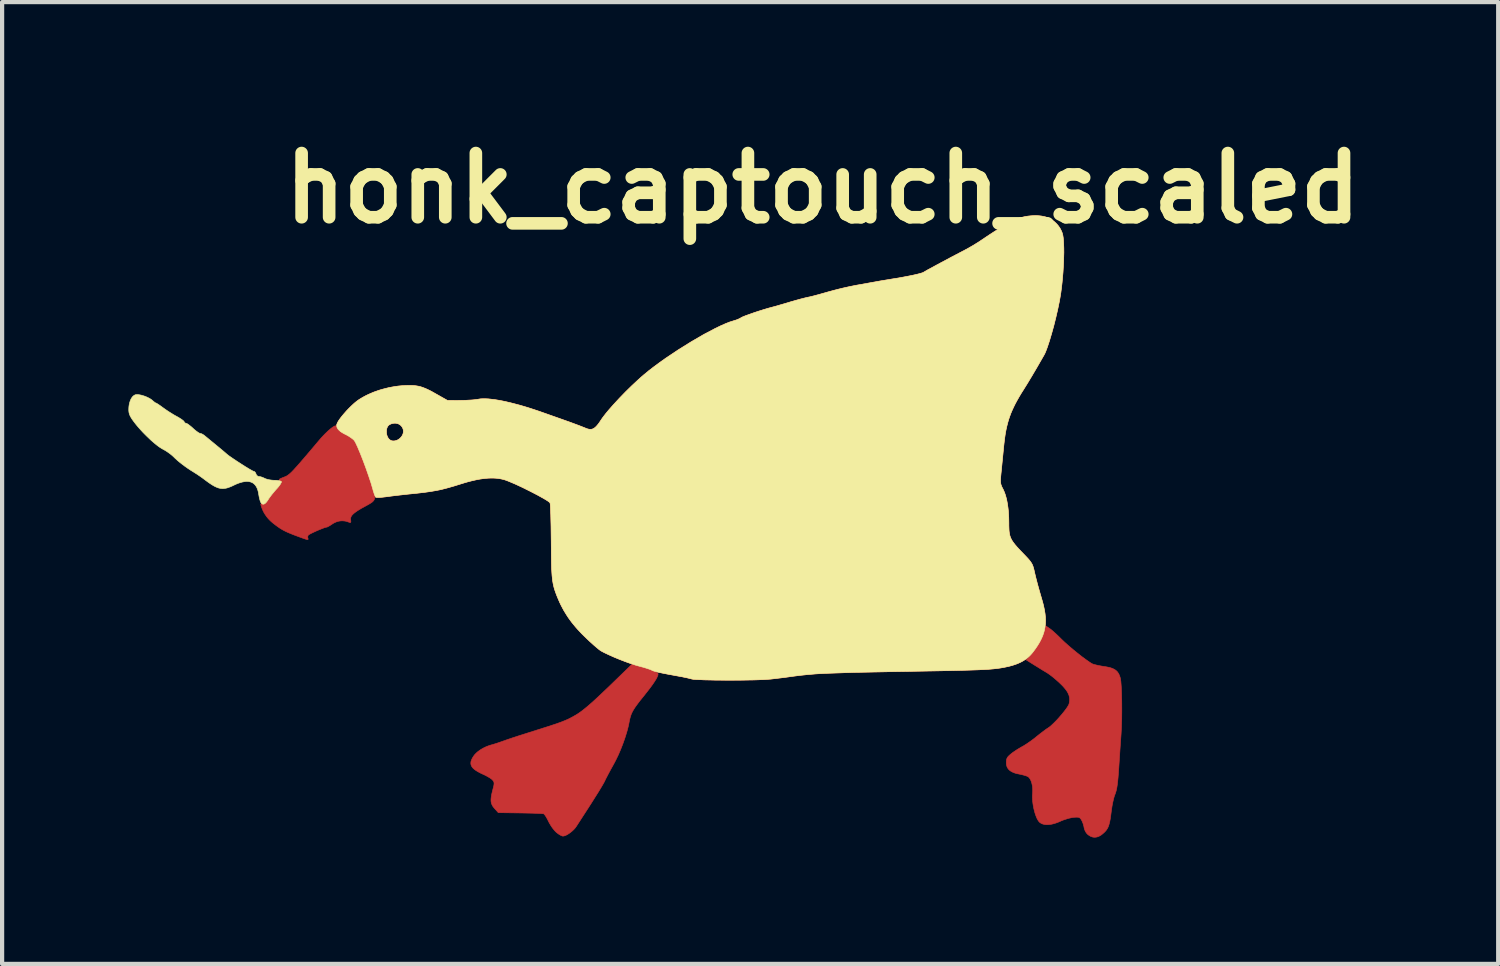
<source format=kicad_pcb>
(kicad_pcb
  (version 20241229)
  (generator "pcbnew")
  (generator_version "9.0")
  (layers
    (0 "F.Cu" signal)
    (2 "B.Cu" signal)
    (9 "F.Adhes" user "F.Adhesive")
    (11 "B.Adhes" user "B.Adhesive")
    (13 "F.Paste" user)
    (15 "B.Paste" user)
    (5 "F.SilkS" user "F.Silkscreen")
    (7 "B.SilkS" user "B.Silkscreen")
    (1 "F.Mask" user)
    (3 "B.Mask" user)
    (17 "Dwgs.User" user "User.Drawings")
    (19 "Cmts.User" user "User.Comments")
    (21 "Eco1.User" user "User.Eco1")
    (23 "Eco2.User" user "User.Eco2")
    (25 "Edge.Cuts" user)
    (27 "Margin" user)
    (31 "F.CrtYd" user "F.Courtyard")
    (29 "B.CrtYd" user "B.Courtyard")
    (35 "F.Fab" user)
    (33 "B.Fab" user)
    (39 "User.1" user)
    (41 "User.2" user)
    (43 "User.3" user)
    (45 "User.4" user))
  (footprint "honk_captouch_scaled"
    (layer "F.Cu")
    (at 16.484 9.418)
    (property "Reference" "honk_captouch_scaled" (at 0 -8 0) (layer "F.SilkS") (effects (font (size 1.524 1.524) (thickness 0.3))))
    (attr through_hole)
    (fp_poly (pts (xy -6.329 7.289) (xy -6.34 7.279) (xy -6.352 7.267) (xy -6.364 7.254) (xy -6.376 7.24) (xy -6.388 7.225) (xy -6.401 7.209) (xy -6.414 7.193) (xy -6.426 7.176) (xy -6.439 7.158) (xy -6.45 7.14) (xy -6.462 7.122) (xy -6.473 7.103) (xy -6.484 7.085) (xy -6.494 7.067) (xy -6.504 7.049) (xy -6.512 7.032) (xy -6.529 6.999) (xy -6.545 6.967) (xy -6.562 6.938) (xy -6.578 6.911) (xy -6.593 6.889) (xy -6.6 6.88) (xy -6.606 6.872) (xy -6.612 6.865) (xy -6.618 6.859) (xy -6.623 6.855) (xy -6.627 6.853) (xy -6.633 6.851) (xy -6.645 6.85) (xy -6.682 6.847) (xy -6.737 6.844) (xy -6.806 6.841) (xy -6.887 6.838) (xy -6.979 6.836) (xy -7.079 6.834) (xy -7.184 6.832) (xy -7.704 6.825) (xy -7.792 6.727) (xy -7.81 6.706) (xy -7.825 6.686) (xy -7.832 6.676) (xy -7.839 6.666) (xy -7.845 6.655) (xy -7.85 6.645) (xy -7.855 6.635) (xy -7.859 6.624) (xy -7.864 6.614) (xy -7.867 6.603) (xy -7.87 6.591) (xy -7.872 6.58) (xy -7.874 6.568) (xy -7.876 6.556) (xy -7.877 6.543) (xy -7.877 6.53) (xy -7.877 6.517) (xy -7.877 6.503) (xy -7.875 6.488) (xy -7.874 6.473) (xy -7.87 6.441) (xy -7.864 6.405) (xy -7.856 6.367) (xy -7.846 6.325) (xy -7.835 6.28) (xy -7.821 6.227) (xy -7.816 6.205) (xy -7.811 6.185) (xy -7.808 6.167) (xy -7.806 6.152) (xy -7.805 6.138) (xy -7.805 6.125) (xy -7.806 6.114) (xy -7.808 6.104) (xy -7.811 6.095) (xy -7.815 6.086) (xy -7.82 6.077) (xy -7.826 6.068) (xy -7.834 6.059) (xy -7.842 6.049) (xy -7.848 6.043) (xy -7.856 6.035) (xy -7.865 6.028) (xy -7.875 6.02) (xy -7.887 6.012) (xy -7.9 6.003) (xy -7.913 5.995) (xy -7.928 5.986) (xy -7.943 5.977) (xy -7.959 5.968) (xy -7.975 5.959) (xy -7.992 5.95) (xy -8.008 5.941) (xy -8.026 5.933) (xy -8.043 5.924) (xy -8.06 5.917) (xy -8.114 5.892) (xy -8.162 5.867) (xy -8.205 5.843) (xy -8.242 5.819) (xy -8.259 5.807) (xy -8.274 5.795) (xy -8.288 5.783) (xy -8.301 5.771) (xy -8.312 5.759) (xy -8.322 5.747) (xy -8.331 5.734) (xy -8.338 5.722) (xy -8.344 5.709) (xy -8.349 5.696) (xy -8.353 5.683) (xy -8.355 5.67) (xy -8.356 5.656) (xy -8.356 5.643) (xy -8.355 5.628) (xy -8.353 5.614) (xy -8.349 5.599) (xy -8.344 5.584) (xy -8.338 5.569) (xy -8.331 5.553) (xy -8.323 5.536) (xy -8.314 5.52) (xy -8.292 5.485) (xy -8.276 5.463) (xy -8.259 5.442) (xy -8.239 5.422) (xy -8.218 5.401) (xy -8.195 5.381) (xy -8.17 5.362) (xy -8.144 5.343) (xy -8.117 5.325) (xy -8.088 5.308) (xy -8.058 5.291) (xy -8.028 5.276) (xy -7.996 5.261) (xy -7.964 5.248) (xy -7.931 5.236) (xy -7.898 5.225) (xy -7.864 5.215) (xy -7.837 5.208) (xy -7.806 5.198) (xy -7.772 5.188) (xy -7.735 5.176) (xy -7.662 5.151) (xy -7.627 5.139) (xy -7.594 5.127) (xy -7.5 5.094) (xy -7.355 5.045) (xy -7.18 4.988) (xy -6.993 4.929) (xy -6.507 4.775) (xy -6.34 4.72) (xy -6.211 4.674) (xy -6.109 4.633) (xy -6.024 4.595) (xy -5.946 4.554) (xy -5.865 4.508) (xy -5.834 4.489) (xy -5.801 4.468) (xy -5.767 4.444) (xy -5.731 4.418) (xy -5.693 4.389) (xy -5.653 4.357) (xy -5.61 4.322) (xy -5.565 4.284) (xy -5.465 4.197) (xy -5.354 4.095) (xy -5.228 3.976) (xy -5.086 3.841) (xy -4.533 3.305) (xy -4.335 3.356) (xy -4.246 3.38) (xy -4.165 3.405) (xy -4.093 3.429) (xy -4.031 3.454) (xy -4.004 3.466) (xy -3.981 3.477) (xy -3.96 3.488) (xy -3.943 3.499) (xy -3.929 3.509) (xy -3.919 3.518) (xy -3.913 3.527) (xy -3.912 3.531) (xy -3.911 3.535) (xy -3.912 3.542) (xy -3.913 3.549) (xy -3.914 3.557) (xy -3.916 3.565) (xy -3.923 3.583) (xy -3.932 3.604) (xy -3.943 3.627) (xy -3.957 3.653) (xy -3.974 3.68) (xy -3.993 3.711) (xy -4.015 3.743) (xy -4.039 3.779) (xy -4.066 3.816) (xy -4.096 3.857) (xy -4.128 3.899) (xy -4.163 3.944) (xy -4.201 3.992) (xy -4.241 4.043) (xy -4.333 4.157) (xy -4.372 4.207) (xy -4.406 4.253) (xy -4.436 4.294) (xy -4.463 4.333) (xy -4.486 4.369) (xy -4.506 4.403) (xy -4.524 4.436) (xy -4.539 4.468) (xy -4.552 4.499) (xy -4.563 4.532) (xy -4.573 4.565) (xy -4.582 4.6) (xy -4.59 4.637) (xy -4.598 4.676) (xy -4.609 4.735) (xy -4.623 4.795) (xy -4.639 4.858) (xy -4.657 4.922) (xy -4.698 5.053) (xy -4.745 5.186) (xy -4.797 5.319) (xy -4.853 5.45) (xy -4.913 5.574) (xy -4.944 5.634) (xy -4.975 5.691) (xy -5.042 5.812) (xy -5.101 5.922) (xy -5.146 6.009) (xy -5.162 6.04) (xy -5.171 6.061) (xy -5.179 6.077) (xy -5.19 6.099) (xy -5.224 6.16) (xy -5.272 6.241) (xy -5.332 6.34) (xy -5.404 6.454) (xy -5.485 6.583) (xy -5.574 6.722) (xy -5.67 6.87) (xy -5.851 7.15) (xy -5.865 7.17) (xy -5.881 7.191) (xy -5.899 7.212) (xy -5.919 7.232) (xy -5.94 7.252) (xy -5.961 7.271) (xy -5.984 7.289) (xy -6.006 7.306) (xy -6.029 7.322) (xy -6.052 7.337) (xy -6.074 7.35) (xy -6.096 7.361) (xy -6.116 7.369) (xy -6.136 7.376) (xy -6.145 7.378) (xy -6.153 7.38) (xy -6.162 7.381) (xy -6.169 7.381) (xy -6.172 7.381) (xy -6.176 7.381) (xy -6.183 7.38) (xy -6.19 7.377) (xy -6.199 7.374) (xy -6.208 7.37) (xy -6.218 7.366) (xy -6.228 7.36) (xy -6.239 7.354) (xy -6.25 7.348) (xy -6.261 7.341) (xy -6.272 7.333) (xy -6.284 7.325) (xy -6.295 7.316) (xy -6.307 7.308) (xy -6.318 7.298) (xy -6.329 7.289) (xy -6.329 7.289)) (stroke (width 0.014) (type solid)) (fill yes) (layer "F.Cu"))
    (fp_poly (pts (xy -12.479 0.26) (xy -12.58 0.222) (xy -12.665 0.187) (xy -12.703 0.171) (xy -12.738 0.155) (xy -12.771 0.139) (xy -12.802 0.123) (xy -12.832 0.106) (xy -12.861 0.089) (xy -12.89 0.071) (xy -12.919 0.051) (xy -12.979 0.008) (xy -13.045 -0.043) (xy -13.071 -0.064) (xy -13.096 -0.086) (xy -13.12 -0.108) (xy -13.143 -0.132) (xy -13.165 -0.155) (xy -13.185 -0.179) (xy -13.205 -0.204) (xy -13.223 -0.23) (xy -13.241 -0.256) (xy -13.257 -0.282) (xy -13.273 -0.309) (xy -13.287 -0.337) (xy -13.3 -0.366) (xy -13.312 -0.395) (xy -13.323 -0.424) (xy -13.333 -0.455) (xy -13.336 -0.464) (xy -13.338 -0.473) (xy -13.34 -0.48) (xy -13.341 -0.487) (xy -13.341 -0.49) (xy -13.341 -0.493) (xy -13.341 -0.495) (xy -13.341 -0.498) (xy -13.341 -0.5) (xy -13.34 -0.501) (xy -13.339 -0.503) (xy -13.338 -0.505) (xy -13.337 -0.506) (xy -13.336 -0.507) (xy -13.335 -0.508) (xy -13.333 -0.509) (xy -13.331 -0.509) (xy -13.329 -0.51) (xy -13.326 -0.51) (xy -13.324 -0.51) (xy -13.321 -0.51) (xy -13.318 -0.51) (xy -13.312 -0.509) (xy -13.304 -0.507) (xy -13.296 -0.505) (xy -13.292 -0.504) (xy -13.288 -0.503) (xy -13.284 -0.503) (xy -13.28 -0.503) (xy -13.277 -0.503) (xy -13.273 -0.503) (xy -13.269 -0.503) (xy -13.265 -0.504) (xy -13.262 -0.505) (xy -13.258 -0.506) (xy -13.254 -0.508) (xy -13.251 -0.509) (xy -13.247 -0.511) (xy -13.243 -0.514) (xy -13.239 -0.516) (xy -13.236 -0.519) (xy -13.232 -0.522) (xy -13.228 -0.526) (xy -13.224 -0.529) (xy -13.22 -0.533) (xy -13.216 -0.537) (xy -13.212 -0.542) (xy -13.204 -0.552) (xy -13.195 -0.564) (xy -13.187 -0.576) (xy -13.177 -0.59) (xy -13.168 -0.605) (xy -13.151 -0.631) (xy -13.13 -0.661) (xy -13.105 -0.695) (xy -13.078 -0.729) (xy -13.049 -0.765) (xy -13.02 -0.8) (xy -12.99 -0.835) (xy -12.962 -0.866) (xy -12.921 -0.911) (xy -12.904 -0.929) (xy -12.89 -0.946) (xy -12.878 -0.961) (xy -12.868 -0.974) (xy -12.861 -0.985) (xy -12.858 -0.99) (xy -12.856 -0.995) (xy -12.854 -0.999) (xy -12.852 -1.004) (xy -12.851 -1.008) (xy -12.851 -1.012) (xy -12.851 -1.015) (xy -12.851 -1.019) (xy -12.852 -1.022) (xy -12.854 -1.025) (xy -12.855 -1.028) (xy -12.858 -1.031) (xy -12.863 -1.037) (xy -12.87 -1.044) (xy -12.878 -1.05) (xy -12.882 -1.053) (xy -12.886 -1.056) (xy -12.89 -1.059) (xy -12.893 -1.062) (xy -12.896 -1.064) (xy -12.898 -1.067) (xy -12.9 -1.069) (xy -12.902 -1.072) (xy -12.903 -1.074) (xy -12.903 -1.075) (xy -12.903 -1.077) (xy -12.904 -1.078) (xy -12.904 -1.079) (xy -12.904 -1.08) (xy -12.904 -1.081) (xy -12.903 -1.082) (xy -12.903 -1.083) (xy -12.903 -1.085) (xy -12.902 -1.086) (xy -12.902 -1.087) (xy -12.901 -1.088) (xy -12.899 -1.09) (xy -12.896 -1.093) (xy -12.893 -1.095) (xy -12.89 -1.098) (xy -12.886 -1.1) (xy -12.881 -1.103) (xy -12.876 -1.105) (xy -12.87 -1.108) (xy -12.864 -1.111) (xy -12.857 -1.114) (xy -12.85 -1.117) (xy -12.834 -1.124) (xy -12.815 -1.132) (xy -12.793 -1.14) (xy -12.768 -1.15) (xy -12.756 -1.155) (xy -12.745 -1.16) (xy -12.733 -1.166) (xy -12.722 -1.172) (xy -12.711 -1.179) (xy -12.699 -1.187) (xy -12.687 -1.196) (xy -12.674 -1.206) (xy -12.66 -1.217) (xy -12.646 -1.23) (xy -12.63 -1.244) (xy -12.613 -1.26) (xy -12.595 -1.278) (xy -12.576 -1.298) (xy -12.555 -1.32) (xy -12.533 -1.345) (xy -12.482 -1.401) (xy -12.422 -1.469) (xy -12.353 -1.549) (xy -12.273 -1.642) (xy -12.181 -1.75) (xy -11.957 -2.015) (xy -11.922 -2.056) (xy -11.887 -2.095) (xy -11.852 -2.132) (xy -11.818 -2.167) (xy -11.784 -2.2) (xy -11.752 -2.231) (xy -11.72 -2.259) (xy -11.691 -2.284) (xy -11.663 -2.306) (xy -11.638 -2.325) (xy -11.615 -2.34) (xy -11.595 -2.351) (xy -11.579 -2.358) (xy -11.571 -2.359) (xy -11.565 -2.36) (xy -11.56 -2.359) (xy -11.556 -2.357) (xy -11.553 -2.354) (xy -11.551 -2.35) (xy -11.548 -2.344) (xy -11.546 -2.337) (xy -11.543 -2.331) (xy -11.54 -2.324) (xy -11.536 -2.318) (xy -11.532 -2.311) (xy -11.524 -2.298) (xy -11.514 -2.285) (xy -11.502 -2.272) (xy -11.489 -2.259) (xy -11.476 -2.246) (xy -11.461 -2.234) (xy -11.444 -2.221) (xy -11.427 -2.208) (xy -11.408 -2.196) (xy -11.389 -2.184) (xy -11.368 -2.172) (xy -11.346 -2.16) (xy -11.323 -2.149) (xy -11.309 -2.142) (xy -11.296 -2.135) (xy -11.268 -2.119) (xy -11.24 -2.102) (xy -11.213 -2.084) (xy -11.188 -2.066) (xy -11.164 -2.048) (xy -11.154 -2.039) (xy -11.144 -2.031) (xy -11.135 -2.022) (xy -11.128 -2.015) (xy -11.113 -1.994) (xy -11.094 -1.96) (xy -11.071 -1.913) (xy -11.044 -1.855) (xy -10.984 -1.712) (xy -10.918 -1.542) (xy -10.849 -1.357) (xy -10.783 -1.169) (xy -10.723 -0.988) (xy -10.674 -0.826) (xy -10.663 -0.785) (xy -10.653 -0.749) (xy -10.646 -0.717) (xy -10.643 -0.703) (xy -10.642 -0.689) (xy -10.64 -0.676) (xy -10.639 -0.664) (xy -10.639 -0.652) (xy -10.64 -0.641) (xy -10.642 -0.63) (xy -10.644 -0.62) (xy -10.648 -0.611) (xy -10.652 -0.602) (xy -10.657 -0.593) (xy -10.663 -0.584) (xy -10.67 -0.575) (xy -10.678 -0.567) (xy -10.687 -0.558) (xy -10.697 -0.549) (xy -10.708 -0.541) (xy -10.721 -0.532) (xy -10.749 -0.514) (xy -10.782 -0.494) (xy -10.82 -0.473) (xy -10.864 -0.449) (xy -10.913 -0.422) (xy -10.959 -0.397) (xy -10.999 -0.372) (xy -11.036 -0.35) (xy -11.069 -0.328) (xy -11.098 -0.307) (xy -11.123 -0.288) (xy -11.145 -0.269) (xy -11.164 -0.251) (xy -11.179 -0.233) (xy -11.191 -0.216) (xy -11.2 -0.199) (xy -11.206 -0.182) (xy -11.21 -0.166) (xy -11.211 -0.149) (xy -11.21 -0.132) (xy -11.208 -0.118) (xy -11.206 -0.107) (xy -11.205 -0.096) (xy -11.205 -0.088) (xy -11.205 -0.084) (xy -11.205 -0.081) (xy -11.206 -0.077) (xy -11.206 -0.075) (xy -11.207 -0.072) (xy -11.208 -0.07) (xy -11.209 -0.068) (xy -11.21 -0.067) (xy -11.212 -0.065) (xy -11.214 -0.065) (xy -11.216 -0.064) (xy -11.219 -0.063) (xy -11.221 -0.063) (xy -11.224 -0.063) (xy -11.227 -0.064) (xy -11.23 -0.064) (xy -11.238 -0.066) (xy -11.247 -0.069) (xy -11.257 -0.073) (xy -11.269 -0.077) (xy -11.293 -0.085) (xy -11.316 -0.092) (xy -11.34 -0.097) (xy -11.364 -0.1) (xy -11.388 -0.102) (xy -11.412 -0.103) (xy -11.436 -0.102) (xy -11.46 -0.1) (xy -11.484 -0.096) (xy -11.508 -0.091) (xy -11.531 -0.084) (xy -11.554 -0.076) (xy -11.577 -0.066) (xy -11.6 -0.055) (xy -11.622 -0.043) (xy -11.644 -0.029) (xy -11.666 -0.014) (xy -11.688 0.0002) (xy -11.709 0.013) (xy -11.728 0.024) (xy -11.745 0.033) (xy -11.759 0.04) (xy -11.765 0.043) (xy -11.77 0.045) (xy -11.773 0.046) (xy -11.776 0.046) (xy -11.789 0.048) (xy -11.809 0.053) (xy -11.834 0.061) (xy -11.863 0.072) (xy -11.932 0.099) (xy -12.007 0.13) (xy -12.081 0.164) (xy -12.146 0.195) (xy -12.172 0.209) (xy -12.193 0.221) (xy -12.208 0.231) (xy -12.216 0.238) (xy -12.218 0.241) (xy -12.22 0.245) (xy -12.222 0.249) (xy -12.223 0.254) (xy -12.225 0.259) (xy -12.226 0.263) (xy -12.227 0.268) (xy -12.227 0.273) (xy -12.228 0.278) (xy -12.228 0.282) (xy -12.228 0.287) (xy -12.228 0.292) (xy -12.227 0.297) (xy -12.226 0.301) (xy -12.225 0.305) (xy -12.224 0.309) (xy -12.222 0.314) (xy -12.221 0.318) (xy -12.22 0.322) (xy -12.219 0.326) (xy -12.219 0.329) (xy -12.218 0.332) (xy -12.219 0.333) (xy -12.219 0.334) (xy -12.219 0.335) (xy -12.219 0.336) (xy -12.22 0.337) (xy -12.221 0.338) (xy -12.222 0.339) (xy -12.223 0.34) (xy -12.224 0.34) (xy -12.225 0.341) (xy -12.226 0.341) (xy -12.228 0.341) (xy -12.23 0.342) (xy -12.232 0.342) (xy -12.236 0.342) (xy -12.241 0.341) (xy -12.247 0.34) (xy -12.253 0.339) (xy -12.261 0.337) (xy -12.269 0.334) (xy -12.279 0.332) (xy -12.289 0.328) (xy -12.3 0.325) (xy -12.313 0.32) (xy -12.326 0.316) (xy -12.357 0.305) (xy -12.392 0.292) (xy -12.433 0.277) (xy -12.479 0.26)) (stroke (width 0.014) (type solid)) (fill yes) (layer "F.Cu"))
    (fp_poly (pts (xy 6.3 7.35) (xy 6.291 7.343) (xy 6.283 7.335) (xy 6.274 7.326) (xy 6.266 7.317) (xy 6.259 7.307) (xy 6.251 7.297) (xy 6.244 7.286) (xy 6.238 7.275) (xy 6.232 7.264) (xy 6.226 7.252) (xy 6.221 7.24) (xy 6.216 7.228) (xy 6.212 7.215) (xy 6.208 7.203) (xy 6.205 7.19) (xy 6.202 7.177) (xy 6.2 7.165) (xy 6.198 7.153) (xy 6.191 7.128) (xy 6.184 7.103) (xy 6.176 7.077) (xy 6.166 7.053) (xy 6.157 7.031) (xy 6.152 7.021) (xy 6.147 7.011) (xy 6.143 7.002) (xy 6.138 6.995) (xy 6.131 6.984) (xy 6.128 6.978) (xy 6.124 6.974) (xy 6.12 6.969) (xy 6.117 6.965) (xy 6.114 6.961) (xy 6.11 6.958) (xy 6.106 6.954) (xy 6.103 6.951) (xy 6.099 6.948) (xy 6.095 6.946) (xy 6.09 6.944) (xy 6.086 6.941) (xy 6.082 6.939) (xy 6.077 6.938) (xy 6.072 6.936) (xy 6.066 6.935) (xy 6.061 6.934) (xy 6.055 6.934) (xy 6.049 6.933) (xy 6.042 6.933) (xy 6.035 6.932) (xy 6.028 6.932) (xy 6.02 6.932) (xy 6.012 6.933) (xy 5.994 6.933) (xy 5.974 6.935) (xy 5.952 6.937) (xy 5.937 6.939) (xy 5.92 6.941) (xy 5.902 6.945) (xy 5.884 6.949) (xy 5.843 6.958) (xy 5.801 6.97) (xy 5.758 6.984) (xy 5.715 6.998) (xy 5.674 7.014) (xy 5.654 7.022) (xy 5.636 7.031) (xy 5.596 7.048) (xy 5.557 7.063) (xy 5.519 7.076) (xy 5.482 7.087) (xy 5.446 7.096) (xy 5.411 7.103) (xy 5.377 7.107) (xy 5.344 7.109) (xy 5.313 7.11) (xy 5.284 7.108) (xy 5.256 7.104) (xy 5.23 7.097) (xy 5.205 7.089) (xy 5.183 7.078) (xy 5.163 7.066) (xy 5.144 7.051) (xy 5.135 7.041) (xy 5.126 7.03) (xy 5.108 7.004) (xy 5.09 6.973) (xy 5.074 6.937) (xy 5.058 6.897) (xy 5.043 6.854) (xy 5.029 6.808) (xy 5.017 6.76) (xy 5.005 6.71) (xy 4.996 6.659) (xy 4.988 6.608) (xy 4.982 6.557) (xy 4.978 6.506) (xy 4.976 6.458) (xy 4.977 6.411) (xy 4.98 6.367) (xy 4.982 6.333) (xy 4.983 6.3) (xy 4.982 6.268) (xy 4.98 6.236) (xy 4.977 6.204) (xy 4.972 6.174) (xy 4.966 6.144) (xy 4.959 6.117) (xy 4.951 6.09) (xy 4.941 6.066) (xy 4.931 6.043) (xy 4.919 6.023) (xy 4.907 6.005) (xy 4.894 5.99) (xy 4.88 5.977) (xy 4.873 5.972) (xy 4.865 5.968) (xy 4.859 5.964) (xy 4.851 5.961) (xy 4.841 5.957) (xy 4.831 5.953) (xy 4.807 5.946) (xy 4.779 5.937) (xy 4.749 5.929) (xy 4.717 5.921) (xy 4.684 5.914) (xy 4.651 5.907) (xy 4.614 5.9) (xy 4.58 5.891) (xy 4.549 5.881) (xy 4.519 5.869) (xy 4.493 5.857) (xy 4.469 5.843) (xy 4.457 5.836) (xy 4.447 5.829) (xy 4.437 5.821) (xy 4.427 5.812) (xy 4.419 5.804) (xy 4.41 5.795) (xy 4.403 5.786) (xy 4.396 5.776) (xy 4.389 5.766) (xy 4.383 5.756) (xy 4.378 5.746) (xy 4.373 5.735) (xy 4.369 5.723) (xy 4.366 5.712) (xy 4.363 5.7) (xy 4.36 5.688) (xy 4.358 5.675) (xy 4.357 5.662) (xy 4.356 5.635) (xy 4.356 5.618) (xy 4.357 5.602) (xy 4.358 5.588) (xy 4.36 5.574) (xy 4.363 5.561) (xy 4.367 5.549) (xy 4.369 5.543) (xy 4.371 5.538) (xy 4.374 5.532) (xy 4.377 5.526) (xy 4.383 5.515) (xy 4.391 5.504) (xy 4.399 5.493) (xy 4.41 5.482) (xy 4.421 5.471) (xy 4.434 5.459) (xy 4.448 5.446) (xy 4.464 5.433) (xy 4.489 5.413) (xy 4.518 5.391) (xy 4.551 5.369) (xy 4.586 5.345) (xy 4.622 5.322) (xy 4.659 5.3) (xy 4.694 5.279) (xy 4.727 5.26) (xy 4.762 5.241) (xy 4.802 5.216) (xy 4.846 5.188) (xy 4.891 5.157) (xy 4.938 5.124) (xy 4.984 5.09) (xy 5.028 5.057) (xy 5.068 5.024) (xy 5.108 4.992) (xy 5.148 4.96) (xy 5.189 4.929) (xy 5.228 4.899) (xy 5.266 4.871) (xy 5.299 4.846) (xy 5.329 4.826) (xy 5.352 4.811) (xy 5.378 4.793) (xy 5.409 4.768) (xy 5.443 4.737) (xy 5.48 4.702) (xy 5.519 4.663) (xy 5.559 4.622) (xy 5.599 4.578) (xy 5.638 4.533) (xy 5.677 4.488) (xy 5.713 4.443) (xy 5.747 4.4) (xy 5.777 4.36) (xy 5.803 4.323) (xy 5.823 4.29) (xy 5.838 4.263) (xy 5.843 4.251) (xy 5.846 4.241) (xy 5.853 4.21) (xy 5.857 4.18) (xy 5.859 4.165) (xy 5.859 4.15) (xy 5.859 4.136) (xy 5.859 4.122) (xy 5.858 4.107) (xy 5.856 4.093) (xy 5.854 4.079) (xy 5.85 4.065) (xy 5.847 4.05) (xy 5.842 4.036) (xy 5.837 4.022) (xy 5.831 4.008) (xy 5.824 3.994) (xy 5.817 3.979) (xy 5.801 3.95) (xy 5.781 3.921) (xy 5.758 3.89) (xy 5.732 3.859) (xy 5.704 3.827) (xy 5.672 3.794) (xy 5.636 3.759) (xy 5.596 3.721) (xy 5.553 3.683) (xy 5.509 3.645) (xy 5.466 3.609) (xy 5.424 3.576) (xy 5.385 3.547) (xy 5.35 3.522) (xy 5.335 3.512) (xy 5.321 3.503) (xy 5.257 3.465) (xy 5.178 3.417) (xy 5.093 3.364) (xy 5.012 3.314) (xy 4.829 3.199) (xy 4.905 3.118) (xy 4.929 3.091) (xy 4.955 3.06) (xy 4.981 3.026) (xy 5.008 2.99) (xy 5.035 2.951) (xy 5.061 2.911) (xy 5.088 2.87) (xy 5.113 2.828) (xy 5.138 2.786) (xy 5.161 2.744) (xy 5.183 2.703) (xy 5.202 2.664) (xy 5.22 2.626) (xy 5.235 2.591) (xy 5.248 2.558) (xy 5.257 2.529) (xy 5.295 2.392) (xy 5.389 2.457) (xy 5.4 2.464) (xy 5.412 2.473) (xy 5.44 2.496) (xy 5.473 2.524) (xy 5.508 2.556) (xy 5.547 2.591) (xy 5.586 2.628) (xy 5.625 2.666) (xy 5.663 2.704) (xy 5.698 2.738) (xy 5.738 2.776) (xy 5.83 2.858) (xy 5.933 2.946) (xy 6.041 3.034) (xy 6.147 3.118) (xy 6.246 3.191) (xy 6.33 3.25) (xy 6.365 3.273) (xy 6.394 3.289) (xy 6.401 3.293) (xy 6.41 3.297) (xy 6.422 3.301) (xy 6.435 3.305) (xy 6.466 3.313) (xy 6.502 3.322) (xy 6.542 3.331) (xy 6.585 3.339) (xy 6.629 3.347) (xy 6.675 3.354) (xy 6.72 3.361) (xy 6.762 3.369) (xy 6.801 3.377) (xy 6.836 3.387) (xy 6.867 3.398) (xy 6.896 3.41) (xy 6.923 3.424) (xy 6.946 3.439) (xy 6.957 3.447) (xy 6.967 3.456) (xy 6.977 3.465) (xy 6.986 3.474) (xy 6.995 3.484) (xy 7.003 3.495) (xy 7.018 3.518) (xy 7.032 3.543) (xy 7.043 3.57) (xy 7.054 3.6) (xy 7.064 3.632) (xy 7.07 3.666) (xy 7.076 3.713) (xy 7.086 3.842) (xy 7.093 4.009) (xy 7.097 4.2) (xy 7.098 4.404) (xy 7.096 4.607) (xy 7.09 4.797) (xy 7.081 4.961) (xy 7.057 5.303) (xy 7.028 5.743) (xy 7.019 5.875) (xy 7.01 5.989) (xy 7 6.087) (xy 6.99 6.17) (xy 6.979 6.239) (xy 6.967 6.297) (xy 6.953 6.345) (xy 6.939 6.385) (xy 6.933 6.4) (xy 6.926 6.417) (xy 6.92 6.436) (xy 6.914 6.457) (xy 6.901 6.505) (xy 6.889 6.558) (xy 6.877 6.615) (xy 6.866 6.674) (xy 6.857 6.733) (xy 6.849 6.791) (xy 6.834 6.907) (xy 6.827 6.957) (xy 6.819 7.002) (xy 6.811 7.042) (xy 6.802 7.079) (xy 6.793 7.112) (xy 6.783 7.142) (xy 6.772 7.169) (xy 6.76 7.194) (xy 6.746 7.217) (xy 6.731 7.239) (xy 6.714 7.26) (xy 6.695 7.28) (xy 6.674 7.301) (xy 6.651 7.321) (xy 6.628 7.34) (xy 6.606 7.357) (xy 6.583 7.371) (xy 6.572 7.377) (xy 6.561 7.383) (xy 6.549 7.388) (xy 6.538 7.393) (xy 6.527 7.397) (xy 6.516 7.4) (xy 6.505 7.403) (xy 6.494 7.405) (xy 6.483 7.407) (xy 6.472 7.408) (xy 6.461 7.409) (xy 6.45 7.409) (xy 6.439 7.409) (xy 6.428 7.407) (xy 6.417 7.406) (xy 6.406 7.404) (xy 6.396 7.401) (xy 6.385 7.397) (xy 6.374 7.394) (xy 6.363 7.389) (xy 6.353 7.384) (xy 6.342 7.378) (xy 6.332 7.372) (xy 6.321 7.365) (xy 6.311 7.358) (xy 6.3 7.35)) (stroke (width 0.014) (type solid)) (fill yes) (layer "F.Cu"))
    (fp_poly (pts (xy -3.115 3.651) (xy -3.136 3.645) (xy -3.163 3.638) (xy -3.193 3.631) (xy -3.227 3.623) (xy -3.262 3.615) (xy -3.299 3.608) (xy -3.335 3.6) (xy -3.37 3.594) (xy -3.685 3.536) (xy -3.797 3.514) (xy -3.885 3.496) (xy -3.951 3.481) (xy -4 3.467) (xy -4.037 3.455) (xy -4.064 3.442) (xy -4.072 3.438) (xy -4.082 3.433) (xy -4.108 3.423) (xy -4.14 3.412) (xy -4.177 3.4) (xy -4.218 3.387) (xy -4.262 3.374) (xy -4.306 3.362) (xy -4.352 3.35) (xy -4.448 3.323) (xy -4.563 3.284) (xy -4.691 3.238) (xy -4.823 3.187) (xy -4.954 3.133) (xy -5.075 3.079) (xy -5.181 3.029) (xy -5.226 3.006) (xy -5.264 2.985) (xy -5.276 2.977) (xy -5.291 2.967) (xy -5.309 2.954) (xy -5.328 2.938) (xy -5.373 2.901) (xy -5.425 2.857) (xy -5.481 2.806) (xy -5.541 2.752) (xy -5.602 2.694) (xy -5.663 2.635) (xy -5.72 2.579) (xy -5.773 2.523) (xy -5.824 2.468) (xy -5.872 2.413) (xy -5.918 2.358) (xy -5.962 2.303) (xy -6.003 2.248) (xy -6.043 2.192) (xy -6.08 2.135) (xy -6.116 2.077) (xy -6.151 2.019) (xy -6.183 1.959) (xy -6.215 1.898) (xy -6.245 1.836) (xy -6.273 1.772) (xy -6.301 1.706) (xy -6.324 1.648) (xy -6.344 1.594) (xy -6.362 1.542) (xy -6.378 1.49) (xy -6.391 1.437) (xy -6.403 1.382) (xy -6.413 1.322) (xy -6.421 1.258) (xy -6.428 1.187) (xy -6.433 1.107) (xy -6.438 1.018) (xy -6.441 0.917) (xy -6.443 0.805) (xy -6.445 0.678) (xy -6.447 0.377) (xy -6.451 0.04) (xy -6.458 -0.243) (xy -6.466 -0.443) (xy -6.471 -0.503) (xy -6.476 -0.53) (xy -6.482 -0.537) (xy -6.492 -0.547) (xy -6.523 -0.57) (xy -6.569 -0.6) (xy -6.628 -0.635) (xy -6.774 -0.716) (xy -6.946 -0.805) (xy -7.127 -0.895) (xy -7.301 -0.976) (xy -7.452 -1.04) (xy -7.514 -1.064) (xy -7.564 -1.081) (xy -7.612 -1.093) (xy -7.662 -1.103) (xy -7.713 -1.111) (xy -7.767 -1.116) (xy -7.822 -1.119) (xy -7.879 -1.119) (xy -7.938 -1.117) (xy -8 -1.112) (xy -8.063 -1.105) (xy -8.129 -1.096) (xy -8.197 -1.084) (xy -8.267 -1.069) (xy -8.34 -1.052) (xy -8.415 -1.033) (xy -8.493 -1.011) (xy -8.574 -0.986) (xy -8.748 -0.932) (xy -8.897 -0.889) (xy -9.032 -0.854) (xy -9.097 -0.839) (xy -9.162 -0.826) (xy -9.229 -0.814) (xy -9.299 -0.802) (xy -9.452 -0.78) (xy -9.632 -0.759) (xy -9.848 -0.737) (xy -9.983 -0.722) (xy -10.126 -0.706) (xy -10.262 -0.689) (xy -10.372 -0.674) (xy -10.417 -0.669) (xy -10.46 -0.664) (xy -10.5 -0.661) (xy -10.536 -0.659) (xy -10.567 -0.659) (xy -10.591 -0.66) (xy -10.601 -0.661) (xy -10.608 -0.663) (xy -10.614 -0.664) (xy -10.617 -0.667) (xy -10.028 -2.072) (xy -10.011 -2.089) (xy -9.997 -2.107) (xy -9.986 -2.125) (xy -9.976 -2.144) (xy -9.968 -2.162) (xy -9.963 -2.18) (xy -9.959 -2.199) (xy -9.957 -2.217) (xy -9.957 -2.235) (xy -9.958 -2.253) (xy -9.961 -2.27) (xy -9.966 -2.287) (xy -9.972 -2.303) (xy -9.979 -2.318) (xy -9.989 -2.333) (xy -9.999 -2.347) (xy -10.01 -2.36) (xy -10.023 -2.372) (xy -10.037 -2.383) (xy -10.051 -2.393) (xy -10.067 -2.401) (xy -10.084 -2.408) (xy -10.101 -2.414) (xy -10.119 -2.418) (xy -10.138 -2.421) (xy -10.158 -2.422) (xy -10.178 -2.421) (xy -10.198 -2.419) (xy -10.219 -2.415) (xy -10.241 -2.408) (xy -10.262 -2.4) (xy -10.284 -2.389) (xy -10.294 -2.383) (xy -10.303 -2.376) (xy -10.312 -2.368) (xy -10.319 -2.36) (xy -10.327 -2.35) (xy -10.333 -2.34) (xy -10.339 -2.329) (xy -10.344 -2.318) (xy -10.349 -2.306) (xy -10.352 -2.293) (xy -10.356 -2.28) (xy -10.358 -2.267) (xy -10.36 -2.253) (xy -10.361 -2.24) (xy -10.362 -2.226) (xy -10.361 -2.212) (xy -10.361 -2.197) (xy -10.359 -2.183) (xy -10.357 -2.169) (xy -10.355 -2.155) (xy -10.351 -2.142) (xy -10.347 -2.128) (xy -10.343 -2.115) (xy -10.337 -2.102) (xy -10.331 -2.09) (xy -10.325 -2.078) (xy -10.318 -2.067) (xy -10.31 -2.056) (xy -10.302 -2.046) (xy -10.292 -2.037) (xy -10.283 -2.029) (xy -10.272 -2.021) (xy -10.266 -2.017) (xy -10.26 -2.014) (xy -10.253 -2.01) (xy -10.246 -2.008) (xy -10.239 -2.005) (xy -10.232 -2.003) (xy -10.224 -2.002) (xy -10.217 -2) (xy -10.209 -1.999) (xy -10.201 -1.999) (xy -10.193 -1.999) (xy -10.185 -1.999) (xy -10.169 -2) (xy -10.152 -2.003) (xy -10.136 -2.007) (xy -10.12 -2.012) (xy -10.103 -2.019) (xy -10.087 -2.027) (xy -10.071 -2.037) (xy -10.056 -2.047) (xy -10.041 -2.059) (xy -10.034 -2.065) (xy -10.028 -2.072) (xy -10.617 -0.667) (xy -10.62 -0.67) (xy -10.623 -0.675) (xy -10.626 -0.681) (xy -10.629 -0.689) (xy -10.633 -0.698) (xy -10.637 -0.708) (xy -10.646 -0.732) (xy -10.655 -0.759) (xy -10.665 -0.79) (xy -10.675 -0.822) (xy -10.684 -0.856) (xy -10.726 -1) (xy -10.783 -1.171) (xy -10.847 -1.354) (xy -10.915 -1.537) (xy -10.982 -1.707) (xy -11.043 -1.852) (xy -11.093 -1.959) (xy -11.113 -1.994) (xy -11.128 -2.015) (xy -11.135 -2.022) (xy -11.144 -2.031) (xy -11.154 -2.039) (xy -11.164 -2.048) (xy -11.176 -2.057) (xy -11.188 -2.066) (xy -11.2 -2.075) (xy -11.213 -2.084) (xy -11.227 -2.093) (xy -11.24 -2.102) (xy -11.254 -2.111) (xy -11.268 -2.119) (xy -11.282 -2.127) (xy -11.296 -2.135) (xy -11.309 -2.142) (xy -11.323 -2.149) (xy -11.353 -2.164) (xy -11.381 -2.179) (xy -11.407 -2.194) (xy -11.43 -2.209) (xy -11.451 -2.224) (xy -11.47 -2.24) (xy -11.486 -2.255) (xy -11.501 -2.27) (xy -11.513 -2.285) (xy -11.518 -2.293) (xy -11.523 -2.301) (xy -11.527 -2.308) (xy -11.531 -2.316) (xy -11.534 -2.324) (xy -11.536 -2.332) (xy -11.538 -2.339) (xy -11.54 -2.347) (xy -11.54 -2.355) (xy -11.541 -2.363) (xy -11.54 -2.371) (xy -11.54 -2.379) (xy -11.539 -2.387) (xy -11.537 -2.395) (xy -11.533 -2.406) (xy -11.528 -2.418) (xy -11.514 -2.447) (xy -11.495 -2.479) (xy -11.471 -2.514) (xy -11.443 -2.552) (xy -11.411 -2.593) (xy -11.376 -2.635) (xy -11.339 -2.677) (xy -11.301 -2.72) (xy -11.261 -2.762) (xy -11.22 -2.803) (xy -11.18 -2.842) (xy -11.14 -2.879) (xy -11.101 -2.913) (xy -11.063 -2.943) (xy -11.028 -2.969) (xy -10.974 -3.004) (xy -10.916 -3.038) (xy -10.855 -3.071) (xy -10.792 -3.102) (xy -10.726 -3.131) (xy -10.659 -3.159) (xy -10.589 -3.184) (xy -10.518 -3.208) (xy -10.445 -3.229) (xy -10.372 -3.248) (xy -10.298 -3.266) (xy -10.223 -3.28) (xy -10.148 -3.293) (xy -10.073 -3.303) (xy -9.998 -3.31) (xy -9.924 -3.314) (xy -9.868 -3.316) (xy -9.816 -3.317) (xy -9.767 -3.317) (xy -9.722 -3.315) (xy -9.678 -3.311) (xy -9.636 -3.305) (xy -9.596 -3.298) (xy -9.555 -3.288) (xy -9.514 -3.275) (xy -9.473 -3.26) (xy -9.43 -3.243) (xy -9.384 -3.222) (xy -9.336 -3.199) (xy -9.284 -3.172) (xy -9.229 -3.141) (xy -9.169 -3.107) (xy -8.909 -2.96) (xy -8.612 -2.961) (xy -8.55 -2.962) (xy -8.486 -2.964) (xy -8.424 -2.967) (xy -8.363 -2.97) (xy -8.306 -2.974) (xy -8.256 -2.979) (xy -8.213 -2.985) (xy -8.18 -2.99) (xy -8.131 -2.998) (xy -8.075 -3.001) (xy -8.013 -3.001) (xy -7.943 -2.998) (xy -7.868 -2.99) (xy -7.786 -2.98) (xy -7.699 -2.966) (xy -7.607 -2.949) (xy -7.51 -2.928) (xy -7.408 -2.904) (xy -7.303 -2.877) (xy -7.193 -2.848) (xy -7.08 -2.815) (xy -6.963 -2.779) (xy -6.844 -2.74) (xy -6.722 -2.699) (xy -6.323 -2.558) (xy -6.007 -2.446) (xy -5.781 -2.362) (xy -5.649 -2.31) (xy -5.619 -2.297) (xy -5.604 -2.292) (xy -5.59 -2.287) (xy -5.577 -2.283) (xy -5.564 -2.28) (xy -5.551 -2.278) (xy -5.539 -2.276) (xy -5.527 -2.275) (xy -5.515 -2.275) (xy -5.503 -2.275) (xy -5.492 -2.277) (xy -5.481 -2.279) (xy -5.47 -2.282) (xy -5.459 -2.286) (xy -5.449 -2.291) (xy -5.438 -2.297) (xy -5.427 -2.303) (xy -5.417 -2.311) (xy -5.406 -2.319) (xy -5.395 -2.329) (xy -5.384 -2.339) (xy -5.373 -2.35) (xy -5.362 -2.363) (xy -5.351 -2.376) (xy -5.339 -2.39) (xy -5.315 -2.422) (xy -5.29 -2.458) (xy -5.263 -2.499) (xy -5.23 -2.547) (xy -5.19 -2.6) (xy -5.143 -2.66) (xy -5.09 -2.724) (xy -4.969 -2.862) (xy -4.832 -3.01) (xy -4.685 -3.162) (xy -4.534 -3.31) (xy -4.384 -3.45) (xy -4.312 -3.515) (xy -4.242 -3.575) (xy -4.128 -3.669) (xy -4.003 -3.765) (xy -3.869 -3.864) (xy -3.728 -3.964) (xy -3.43 -4.163) (xy -3.125 -4.353) (xy -2.828 -4.526) (xy -2.551 -4.672) (xy -2.426 -4.732) (xy -2.311 -4.783) (xy -2.21 -4.823) (xy -2.123 -4.85) (xy -2.097 -4.858) (xy -2.071 -4.866) (xy -2.045 -4.875) (xy -2.02 -4.885) (xy -1.996 -4.895) (xy -1.975 -4.905) (xy -1.957 -4.915) (xy -1.949 -4.919) (xy -1.942 -4.924) (xy -1.927 -4.933) (xy -1.903 -4.944) (xy -1.835 -4.972) (xy -1.743 -5.005) (xy -1.636 -5.043) (xy -1.52 -5.081) (xy -1.403 -5.118) (xy -1.291 -5.151) (xy -1.191 -5.178) (xy -1.12 -5.197) (xy -1.017 -5.227) (xy -0.896 -5.262) (xy -0.77 -5.3) (xy -0.644 -5.336) (xy -0.522 -5.37) (xy -0.419 -5.396) (xy -0.379 -5.405) (xy -0.349 -5.412) (xy -0.318 -5.418) (xy -0.275 -5.428) (xy -0.223 -5.441) (xy -0.162 -5.457) (xy -0.027 -5.494) (xy 0.117 -5.535) (xy 0.194 -5.556) (xy 0.279 -5.579) (xy 0.369 -5.602) (xy 0.463 -5.625) (xy 0.556 -5.646) (xy 0.647 -5.666) (xy 0.732 -5.683) (xy 0.808 -5.698) (xy 1.29 -5.784) (xy 1.36 -5.797) (xy 1.451 -5.812) (xy 1.65 -5.845) (xy 1.789 -5.867) (xy 1.92 -5.891) (xy 2.041 -5.914) (xy 2.149 -5.936) (xy 2.241 -5.957) (xy 2.314 -5.976) (xy 2.366 -5.992) (xy 2.384 -5.999) (xy 2.394 -6.005) (xy 2.428 -6.025) (xy 2.499 -6.066) (xy 2.734 -6.193) (xy 3.052 -6.363) (xy 3.409 -6.55) (xy 3.449 -6.572) (xy 3.494 -6.598) (xy 3.543 -6.626) (xy 3.594 -6.656) (xy 3.645 -6.688) (xy 3.695 -6.719) (xy 3.742 -6.75) (xy 3.785 -6.779) (xy 3.88 -6.843) (xy 3.975 -6.906) (xy 4.069 -6.967) (xy 4.163 -7.025) (xy 4.255 -7.081) (xy 4.345 -7.134) (xy 4.432 -7.183) (xy 4.516 -7.229) (xy 4.561 -7.251) (xy 4.609 -7.271) (xy 4.659 -7.289) (xy 4.711 -7.304) (xy 4.764 -7.317) (xy 4.818 -7.329) (xy 4.873 -7.337) (xy 4.929 -7.343) (xy 4.984 -7.347) (xy 5.038 -7.349) (xy 5.092 -7.348) (xy 5.144 -7.344) (xy 5.194 -7.338) (xy 5.242 -7.329) (xy 5.287 -7.318) (xy 5.329 -7.304) (xy 5.359 -7.291) (xy 5.388 -7.277) (xy 5.417 -7.261) (xy 5.444 -7.244) (xy 5.471 -7.225) (xy 5.497 -7.205) (xy 5.521 -7.183) (xy 5.545 -7.16) (xy 5.567 -7.136) (xy 5.588 -7.11) (xy 5.607 -7.084) (xy 5.626 -7.057) (xy 5.642 -7.028) (xy 5.657 -6.999) (xy 5.671 -6.969) (xy 5.683 -6.938) (xy 5.696 -6.891) (xy 5.706 -6.83) (xy 5.713 -6.756) (xy 5.718 -6.671) (xy 5.721 -6.576) (xy 5.722 -6.473) (xy 5.716 -6.247) (xy 5.702 -6.006) (xy 5.68 -5.761) (xy 5.666 -5.64) (xy 5.651 -5.523) (xy 5.633 -5.411) (xy 5.614 -5.305) (xy 5.575 -5.117) (xy 5.53 -4.923) (xy 5.482 -4.731) (xy 5.431 -4.548) (xy 5.381 -4.38) (xy 5.333 -4.234) (xy 5.29 -4.119) (xy 5.27 -4.074) (xy 5.252 -4.04) (xy 5.089 -3.756) (xy 4.96 -3.537) (xy 4.855 -3.363) (xy 4.763 -3.215) (xy 4.708 -3.128) (xy 4.658 -3.044) (xy 4.612 -2.963) (xy 4.569 -2.884) (xy 4.531 -2.807) (xy 4.496 -2.731) (xy 4.464 -2.656) (xy 4.436 -2.58) (xy 4.41 -2.504) (xy 4.388 -2.427) (xy 4.368 -2.348) (xy 4.35 -2.267) (xy 4.334 -2.183) (xy 4.321 -2.095) (xy 4.309 -2.004) (xy 4.298 -1.908) (xy 4.237 -1.293) (xy 4.227 -1.197) (xy 4.221 -1.122) (xy 4.219 -1.091) (xy 4.218 -1.063) (xy 4.219 -1.038) (xy 4.22 -1.016) (xy 4.223 -0.996) (xy 4.226 -0.976) (xy 4.231 -0.958) (xy 4.238 -0.94) (xy 4.245 -0.921) (xy 4.254 -0.901) (xy 4.277 -0.857) (xy 4.293 -0.823) (xy 4.309 -0.786) (xy 4.323 -0.748) (xy 4.337 -0.706) (xy 4.349 -0.663) (xy 4.361 -0.617) (xy 4.371 -0.569) (xy 4.38 -0.519) (xy 4.388 -0.467) (xy 4.396 -0.412) (xy 4.402 -0.356) (xy 4.407 -0.298) (xy 4.411 -0.238) (xy 4.414 -0.176) (xy 4.415 -0.113) (xy 4.416 -0.047) (xy 4.416 0.013) (xy 4.418 0.068) (xy 4.42 0.117) (xy 4.424 0.163) (xy 4.431 0.204) (xy 4.439 0.243) (xy 4.445 0.262) (xy 4.451 0.28) (xy 4.458 0.298) (xy 4.466 0.316) (xy 4.475 0.334) (xy 4.484 0.352) (xy 4.507 0.388) (xy 4.534 0.425) (xy 4.565 0.465) (xy 4.602 0.508) (xy 4.644 0.555) (xy 4.692 0.606) (xy 4.747 0.663) (xy 4.822 0.741) (xy 4.853 0.774) (xy 4.88 0.804) (xy 4.903 0.831) (xy 4.923 0.856) (xy 4.94 0.88) (xy 4.955 0.903) (xy 4.968 0.926) (xy 4.979 0.95) (xy 4.989 0.975) (xy 4.997 1.002) (xy 5.006 1.032) (xy 5.014 1.065) (xy 5.032 1.144) (xy 5.045 1.199) (xy 5.061 1.264) (xy 5.1 1.414) (xy 5.145 1.575) (xy 5.189 1.726) (xy 5.219 1.829) (xy 5.243 1.925) (xy 5.262 2.017) (xy 5.276 2.104) (xy 5.284 2.187) (xy 5.287 2.267) (xy 5.284 2.344) (xy 5.276 2.419) (xy 5.262 2.493) (xy 5.242 2.565) (xy 5.216 2.637) (xy 5.184 2.708) (xy 5.146 2.781) (xy 5.102 2.854) (xy 5.051 2.93) (xy 4.994 3.007) (xy 4.966 3.042) (xy 4.937 3.075) (xy 4.906 3.107) (xy 4.874 3.136) (xy 4.84 3.164) (xy 4.804 3.19) (xy 4.766 3.214) (xy 4.727 3.237) (xy 4.685 3.258) (xy 4.641 3.278) (xy 4.594 3.297) (xy 4.545 3.314) (xy 4.494 3.33) (xy 4.44 3.345) (xy 4.383 3.358) (xy 4.324 3.371) (xy 4.265 3.382) (xy 4.207 3.392) (xy 4.147 3.4) (xy 4.082 3.408) (xy 4.008 3.415) (xy 3.922 3.422) (xy 3.822 3.428) (xy 3.704 3.433) (xy 3.565 3.438) (xy 3.403 3.443) (xy 2.994 3.453) (xy 2.453 3.463) (xy 1.755 3.475) (xy 0.738 3.495) (xy 0.078 3.517) (xy -0.163 3.53) (xy -0.367 3.547) (xy -0.554 3.567) (xy -0.74 3.591) (xy -0.853 3.607) (xy -0.985 3.624) (xy -1.118 3.64) (xy -1.236 3.654) (xy -1.404 3.666) (xy -1.648 3.674) (xy -1.94 3.679) (xy -2.251 3.68) (xy -2.552 3.678) (xy -2.816 3.672) (xy -3.013 3.663) (xy -3.077 3.658) (xy -3.115 3.651) (xy -3.115 3.651)) (stroke (width 0.014) (type solid)) (fill yes) (layer "F.Cu"))
    (fp_poly (pts (xy -10.028 -2.072) (xy -10.011 -2.089) (xy -9.997 -2.107) (xy -9.986 -2.125) (xy -9.976 -2.144) (xy -9.968 -2.162) (xy -9.963 -2.18) (xy -9.959 -2.199) (xy -9.957 -2.217) (xy -9.957 -2.235) (xy -9.958 -2.253) (xy -9.961 -2.27) (xy -9.966 -2.287) (xy -9.972 -2.303) (xy -9.979 -2.318) (xy -9.989 -2.333) (xy -9.999 -2.347) (xy -10.01 -2.36) (xy -10.023 -2.372) (xy -10.037 -2.383) (xy -10.051 -2.393) (xy -10.067 -2.401) (xy -10.084 -2.408) (xy -10.101 -2.414) (xy -10.119 -2.418) (xy -10.138 -2.421) (xy -10.158 -2.422) (xy -10.178 -2.421) (xy -10.198 -2.419) (xy -10.219 -2.415) (xy -10.241 -2.408) (xy -10.262 -2.4) (xy -10.284 -2.389) (xy -10.294 -2.383) (xy -10.303 -2.376) (xy -10.312 -2.368) (xy -10.319 -2.36) (xy -10.327 -2.35) (xy -10.333 -2.34) (xy -10.339 -2.329) (xy -10.344 -2.318) (xy -10.349 -2.306) (xy -10.352 -2.293) (xy -10.356 -2.28) (xy -10.358 -2.267) (xy -10.36 -2.253) (xy -10.361 -2.24) (xy -10.362 -2.226) (xy -10.361 -2.212) (xy -10.361 -2.197) (xy -10.359 -2.183) (xy -10.357 -2.169) (xy -10.355 -2.155) (xy -10.351 -2.142) (xy -10.347 -2.128) (xy -10.343 -2.115) (xy -10.337 -2.102) (xy -10.331 -2.09) (xy -10.325 -2.078) (xy -10.318 -2.067) (xy -10.31 -2.056) (xy -10.302 -2.046) (xy -10.292 -2.037) (xy -10.283 -2.029) (xy -10.272 -2.021) (xy -10.266 -2.017) (xy -10.26 -2.014) (xy -10.253 -2.01) (xy -10.246 -2.008) (xy -10.239 -2.005) (xy -10.232 -2.003) (xy -10.224 -2.002) (xy -10.217 -2) (xy -10.209 -1.999) (xy -10.201 -1.999) (xy -10.193 -1.999) (xy -10.185 -1.999) (xy -10.169 -2) (xy -10.152 -2.003) (xy -10.136 -2.007) (xy -10.12 -2.012) (xy -10.103 -2.019) (xy -10.087 -2.027) (xy -10.071 -2.037) (xy -10.056 -2.047) (xy -10.041 -2.059) (xy -10.034 -2.065) (xy -10.028 -2.072)) (stroke (width 0.014) (type solid)) (fill yes) (layer "F.Mask"))
    (fp_poly (pts (xy -10.296 1.76) (xy -10.306 1.757) (xy -10.315 1.753) (xy -10.326 1.749) (xy -10.336 1.744) (xy -10.347 1.738) (xy -10.358 1.732) (xy -10.37 1.726) (xy -10.381 1.72) (xy -10.392 1.713) (xy -10.403 1.705) (xy -10.414 1.698) (xy -10.424 1.691) (xy -10.434 1.683) (xy -10.444 1.676) (xy -10.453 1.668) (xy -10.462 1.661) (xy -10.481 1.644) (xy -10.506 1.623) (xy -10.536 1.599) (xy -10.57 1.573) (xy -10.606 1.545) (xy -10.644 1.517) (xy -10.682 1.49) (xy -10.72 1.463) (xy -10.898 1.335) (xy -11.12 1.173) (xy -11.614 0.803) (xy -12.036 0.478) (xy -12.169 0.372) (xy -12.221 0.324) (xy -12.224 0.317) (xy -12.226 0.311) (xy -12.227 0.304) (xy -12.229 0.298) (xy -12.229 0.291) (xy -12.229 0.285) (xy -12.229 0.279) (xy -12.228 0.273) (xy -12.226 0.267) (xy -12.224 0.261) (xy -12.222 0.256) (xy -12.218 0.25) (xy -12.214 0.244) (xy -12.209 0.238) (xy -12.204 0.233) (xy -12.198 0.227) (xy -12.191 0.221) (xy -12.184 0.216) (xy -12.176 0.21) (xy -12.167 0.204) (xy -12.158 0.198) (xy -12.147 0.192) (xy -12.136 0.186) (xy -12.124 0.18) (xy -12.112 0.174) (xy -12.098 0.168) (xy -12.069 0.155) (xy -12.037 0.141) (xy -12 0.127) (xy -11.919 0.095) (xy -11.849 0.07) (xy -11.821 0.06) (xy -11.799 0.052) (xy -11.783 0.048) (xy -11.775 0.046) (xy -11.773 0.046) (xy -11.772 0.046) (xy -11.768 0.045) (xy -11.764 0.043) (xy -11.758 0.04) (xy -11.752 0.037) (xy -11.744 0.033) (xy -11.736 0.029) (xy -11.728 0.024) (xy -11.709 0.013) (xy -11.688 0.0002) (xy -11.666 -0.014) (xy -11.644 -0.029) (xy -11.617 -0.046) (xy -11.59 -0.061) (xy -11.563 -0.073) (xy -11.536 -0.083) (xy -11.509 -0.091) (xy -11.481 -0.097) (xy -11.453 -0.1) (xy -11.424 -0.101) (xy -11.395 -0.1) (xy -11.366 -0.097) (xy -11.336 -0.091) (xy -11.305 -0.084) (xy -11.274 -0.074) (xy -11.242 -0.061) (xy -11.21 -0.047) (xy -11.176 -0.03) (xy -11.049 0.044) (xy -10.854 0.166) (xy -10.36 0.486) (xy -9.889 0.8) (xy -9.725 0.915) (xy -9.64 0.98) (xy -9.632 0.989) (xy -9.628 0.993) (xy -9.624 0.998) (xy -9.621 1.002) (xy -9.617 1.007) (xy -9.614 1.012) (xy -9.611 1.016) (xy -9.609 1.022) (xy -9.606 1.027) (xy -9.604 1.032) (xy -9.602 1.038) (xy -9.6 1.044) (xy -9.598 1.05) (xy -9.596 1.057) (xy -9.595 1.064) (xy -9.593 1.071) (xy -9.592 1.079) (xy -9.591 1.087) (xy -9.59 1.096) (xy -9.588 1.114) (xy -9.587 1.134) (xy -9.587 1.157) (xy -9.587 1.181) (xy -9.587 1.208) (xy -9.588 1.238) (xy -9.589 1.282) (xy -9.592 1.322) (xy -9.596 1.359) (xy -9.601 1.392) (xy -9.607 1.422) (xy -9.611 1.436) (xy -9.616 1.45) (xy -9.621 1.463) (xy -9.626 1.476) (xy -9.632 1.488) (xy -9.639 1.499) (xy -9.646 1.511) (xy -9.654 1.522) (xy -9.662 1.532) (xy -9.672 1.543) (xy -9.682 1.553) (xy -9.692 1.563) (xy -9.716 1.584) (xy -9.743 1.604) (xy -9.774 1.625) (xy -9.808 1.646) (xy -9.847 1.668) (xy -9.88 1.687) (xy -9.913 1.704) (xy -9.945 1.72) (xy -9.976 1.733) (xy -10.006 1.745) (xy -10.035 1.754) (xy -10.064 1.763) (xy -10.091 1.769) (xy -10.118 1.774) (xy -10.145 1.777) (xy -10.171 1.778) (xy -10.197 1.778) (xy -10.222 1.776) (xy -10.247 1.772) (xy -10.272 1.767) (xy -10.296 1.76)) (stroke (width 0.014) (type solid)) (fill yes) (layer "F.Mask"))
    (fp_poly (pts (xy -6.329 7.289) (xy -6.34 7.279) (xy -6.352 7.267) (xy -6.364 7.254) (xy -6.376 7.24) (xy -6.388 7.225) (xy -6.401 7.209) (xy -6.414 7.193) (xy -6.426 7.176) (xy -6.439 7.158) (xy -6.45 7.14) (xy -6.462 7.122) (xy -6.473 7.103) (xy -6.484 7.085) (xy -6.494 7.067) (xy -6.504 7.049) (xy -6.512 7.032) (xy -6.529 6.999) (xy -6.545 6.967) (xy -6.562 6.938) (xy -6.578 6.911) (xy -6.593 6.889) (xy -6.6 6.88) (xy -6.606 6.872) (xy -6.612 6.865) (xy -6.618 6.859) (xy -6.623 6.855) (xy -6.627 6.853) (xy -6.633 6.851) (xy -6.645 6.85) (xy -6.682 6.847) (xy -6.737 6.844) (xy -6.806 6.841) (xy -6.887 6.838) (xy -6.979 6.836) (xy -7.079 6.834) (xy -7.184 6.832) (xy -7.704 6.825) (xy -7.792 6.727) (xy -7.81 6.706) (xy -7.825 6.686) (xy -7.832 6.676) (xy -7.839 6.666) (xy -7.845 6.655) (xy -7.85 6.645) (xy -7.855 6.635) (xy -7.859 6.624) (xy -7.864 6.614) (xy -7.867 6.603) (xy -7.87 6.591) (xy -7.872 6.58) (xy -7.874 6.568) (xy -7.876 6.556) (xy -7.877 6.543) (xy -7.877 6.53) (xy -7.877 6.517) (xy -7.877 6.503) (xy -7.875 6.488) (xy -7.874 6.473) (xy -7.87 6.441) (xy -7.864 6.405) (xy -7.856 6.367) (xy -7.846 6.325) (xy -7.835 6.28) (xy -7.821 6.227) (xy -7.816 6.205) (xy -7.811 6.185) (xy -7.808 6.167) (xy -7.806 6.152) (xy -7.805 6.138) (xy -7.805 6.125) (xy -7.806 6.114) (xy -7.808 6.104) (xy -7.811 6.095) (xy -7.815 6.086) (xy -7.82 6.077) (xy -7.826 6.068) (xy -7.834 6.059) (xy -7.842 6.049) (xy -7.848 6.043) (xy -7.856 6.035) (xy -7.865 6.028) (xy -7.875 6.02) (xy -7.887 6.012) (xy -7.9 6.003) (xy -7.913 5.995) (xy -7.928 5.986) (xy -7.943 5.977) (xy -7.959 5.968) (xy -7.975 5.959) (xy -7.992 5.95) (xy -8.008 5.941) (xy -8.026 5.933) (xy -8.043 5.924) (xy -8.06 5.917) (xy -8.114 5.892) (xy -8.162 5.867) (xy -8.205 5.843) (xy -8.242 5.819) (xy -8.259 5.807) (xy -8.274 5.795) (xy -8.288 5.783) (xy -8.301 5.771) (xy -8.312 5.759) (xy -8.322 5.747) (xy -8.331 5.734) (xy -8.338 5.722) (xy -8.344 5.709) (xy -8.349 5.696) (xy -8.353 5.683) (xy -8.355 5.67) (xy -8.356 5.656) (xy -8.356 5.643) (xy -8.355 5.628) (xy -8.353 5.614) (xy -8.349 5.599) (xy -8.344 5.584) (xy -8.338 5.569) (xy -8.331 5.553) (xy -8.323 5.536) (xy -8.314 5.52) (xy -8.292 5.485) (xy -8.276 5.463) (xy -8.259 5.442) (xy -8.239 5.422) (xy -8.218 5.401) (xy -8.195 5.381) (xy -8.17 5.362) (xy -8.144 5.343) (xy -8.117 5.325) (xy -8.088 5.308) (xy -8.058 5.291) (xy -8.028 5.276) (xy -7.996 5.261) (xy -7.964 5.248) (xy -7.931 5.236) (xy -7.898 5.225) (xy -7.864 5.215) (xy -7.837 5.208) (xy -7.806 5.198) (xy -7.772 5.188) (xy -7.735 5.176) (xy -7.662 5.151) (xy -7.627 5.139) (xy -7.594 5.127) (xy -7.5 5.094) (xy -7.355 5.045) (xy -7.18 4.988) (xy -6.993 4.929) (xy -6.507 4.775) (xy -6.34 4.72) (xy -6.211 4.674) (xy -6.109 4.633) (xy -6.024 4.595) (xy -5.946 4.554) (xy -5.865 4.508) (xy -5.834 4.489) (xy -5.801 4.468) (xy -5.767 4.444) (xy -5.731 4.418) (xy -5.693 4.389) (xy -5.653 4.357) (xy -5.61 4.322) (xy -5.565 4.284) (xy -5.465 4.197) (xy -5.354 4.095) (xy -5.228 3.976) (xy -5.086 3.841) (xy -4.533 3.305) (xy -4.335 3.356) (xy -4.246 3.38) (xy -4.165 3.405) (xy -4.093 3.429) (xy -4.031 3.454) (xy -4.004 3.466) (xy -3.981 3.477) (xy -3.96 3.488) (xy -3.943 3.499) (xy -3.929 3.509) (xy -3.919 3.518) (xy -3.913 3.527) (xy -3.912 3.531) (xy -3.911 3.535) (xy -3.912 3.542) (xy -3.913 3.549) (xy -3.914 3.557) (xy -3.916 3.565) (xy -3.923 3.583) (xy -3.932 3.604) (xy -3.943 3.627) (xy -3.957 3.653) (xy -3.974 3.68) (xy -3.993 3.711) (xy -4.015 3.743) (xy -4.039 3.779) (xy -4.066 3.816) (xy -4.096 3.857) (xy -4.128 3.899) (xy -4.163 3.944) (xy -4.201 3.992) (xy -4.241 4.043) (xy -4.333 4.157) (xy -4.372 4.207) (xy -4.406 4.253) (xy -4.436 4.294) (xy -4.463 4.333) (xy -4.486 4.369) (xy -4.506 4.403) (xy -4.524 4.436) (xy -4.539 4.468) (xy -4.552 4.499) (xy -4.563 4.532) (xy -4.573 4.565) (xy -4.582 4.6) (xy -4.59 4.637) (xy -4.598 4.676) (xy -4.609 4.735) (xy -4.623 4.795) (xy -4.639 4.858) (xy -4.657 4.922) (xy -4.698 5.053) (xy -4.745 5.186) (xy -4.797 5.319) (xy -4.853 5.45) (xy -4.913 5.574) (xy -4.944 5.634) (xy -4.975 5.691) (xy -5.042 5.812) (xy -5.101 5.922) (xy -5.146 6.009) (xy -5.162 6.04) (xy -5.171 6.061) (xy -5.179 6.077) (xy -5.19 6.099) (xy -5.224 6.16) (xy -5.272 6.241) (xy -5.332 6.34) (xy -5.404 6.454) (xy -5.485 6.583) (xy -5.574 6.722) (xy -5.67 6.87) (xy -5.851 7.15) (xy -5.865 7.17) (xy -5.881 7.191) (xy -5.899 7.212) (xy -5.919 7.232) (xy -5.94 7.252) (xy -5.961 7.271) (xy -5.984 7.289) (xy -6.006 7.306) (xy -6.029 7.322) (xy -6.052 7.337) (xy -6.074 7.35) (xy -6.096 7.361) (xy -6.116 7.369) (xy -6.136 7.376) (xy -6.145 7.378) (xy -6.153 7.38) (xy -6.162 7.381) (xy -6.169 7.381) (xy -6.172 7.381) (xy -6.176 7.381) (xy -6.183 7.38) (xy -6.19 7.377) (xy -6.199 7.374) (xy -6.208 7.37) (xy -6.218 7.366) (xy -6.228 7.36) (xy -6.239 7.354) (xy -6.25 7.348) (xy -6.261 7.341) (xy -6.272 7.333) (xy -6.284 7.325) (xy -6.295 7.316) (xy -6.307 7.308) (xy -6.318 7.298) (xy -6.329 7.289) (xy -6.329 7.289)) (stroke (width 0.014) (type solid)) (fill yes) (layer "F.Mask"))
    (fp_poly (pts (xy -12.479 0.26) (xy -12.58 0.222) (xy -12.665 0.187) (xy -12.703 0.171) (xy -12.738 0.155) (xy -12.771 0.139) (xy -12.802 0.123) (xy -12.832 0.106) (xy -12.861 0.089) (xy -12.89 0.071) (xy -12.919 0.051) (xy -12.979 0.008) (xy -13.045 -0.043) (xy -13.071 -0.064) (xy -13.096 -0.086) (xy -13.12 -0.108) (xy -13.143 -0.132) (xy -13.165 -0.155) (xy -13.185 -0.179) (xy -13.205 -0.204) (xy -13.223 -0.23) (xy -13.241 -0.256) (xy -13.257 -0.282) (xy -13.273 -0.309) (xy -13.287 -0.337) (xy -13.3 -0.366) (xy -13.312 -0.395) (xy -13.323 -0.424) (xy -13.333 -0.455) (xy -13.336 -0.464) (xy -13.338 -0.473) (xy -13.34 -0.48) (xy -13.341 -0.487) (xy -13.341 -0.49) (xy -13.341 -0.493) (xy -13.341 -0.495) (xy -13.341 -0.498) (xy -13.341 -0.5) (xy -13.34 -0.501) (xy -13.339 -0.503) (xy -13.338 -0.505) (xy -13.337 -0.506) (xy -13.336 -0.507) (xy -13.335 -0.508) (xy -13.333 -0.509) (xy -13.331 -0.509) (xy -13.329 -0.51) (xy -13.326 -0.51) (xy -13.324 -0.51) (xy -13.321 -0.51) (xy -13.318 -0.51) (xy -13.312 -0.509) (xy -13.304 -0.507) (xy -13.296 -0.505) (xy -13.292 -0.504) (xy -13.288 -0.503) (xy -13.284 -0.503) (xy -13.28 -0.503) (xy -13.277 -0.503) (xy -13.273 -0.503) (xy -13.269 -0.503) (xy -13.265 -0.504) (xy -13.262 -0.505) (xy -13.258 -0.506) (xy -13.254 -0.508) (xy -13.251 -0.509) (xy -13.247 -0.511) (xy -13.243 -0.514) (xy -13.239 -0.516) (xy -13.236 -0.519) (xy -13.232 -0.522) (xy -13.228 -0.526) (xy -13.224 -0.529) (xy -13.22 -0.533) (xy -13.216 -0.537) (xy -13.212 -0.542) (xy -13.204 -0.552) (xy -13.195 -0.564) (xy -13.187 -0.576) (xy -13.177 -0.59) (xy -13.168 -0.605) (xy -13.151 -0.631) (xy -13.13 -0.661) (xy -13.105 -0.695) (xy -13.078 -0.729) (xy -13.049 -0.765) (xy -13.02 -0.8) (xy -12.99 -0.835) (xy -12.962 -0.866) (xy -12.921 -0.911) (xy -12.904 -0.929) (xy -12.89 -0.946) (xy -12.878 -0.961) (xy -12.868 -0.974) (xy -12.861 -0.985) (xy -12.858 -0.99) (xy -12.856 -0.995) (xy -12.854 -0.999) (xy -12.852 -1.004) (xy -12.851 -1.008) (xy -12.851 -1.012) (xy -12.851 -1.015) (xy -12.851 -1.019) (xy -12.852 -1.022) (xy -12.854 -1.025) (xy -12.855 -1.028) (xy -12.858 -1.031) (xy -12.863 -1.037) (xy -12.87 -1.044) (xy -12.878 -1.05) (xy -12.882 -1.053) (xy -12.886 -1.056) (xy -12.89 -1.059) (xy -12.893 -1.062) (xy -12.896 -1.064) (xy -12.898 -1.067) (xy -12.9 -1.069) (xy -12.902 -1.072) (xy -12.903 -1.074) (xy -12.903 -1.075) (xy -12.903 -1.077) (xy -12.904 -1.078) (xy -12.904 -1.079) (xy -12.904 -1.08) (xy -12.904 -1.081) (xy -12.903 -1.082) (xy -12.903 -1.083) (xy -12.903 -1.085) (xy -12.902 -1.086) (xy -12.902 -1.087) (xy -12.901 -1.088) (xy -12.899 -1.09) (xy -12.896 -1.093) (xy -12.893 -1.095) (xy -12.89 -1.098) (xy -12.886 -1.1) (xy -12.881 -1.103) (xy -12.876 -1.105) (xy -12.87 -1.108) (xy -12.864 -1.111) (xy -12.857 -1.114) (xy -12.85 -1.117) (xy -12.834 -1.124) (xy -12.815 -1.132) (xy -12.793 -1.14) (xy -12.768 -1.15) (xy -12.756 -1.155) (xy -12.745 -1.16) (xy -12.733 -1.166) (xy -12.722 -1.172) (xy -12.711 -1.179) (xy -12.699 -1.187) (xy -12.687 -1.196) (xy -12.674 -1.206) (xy -12.66 -1.217) (xy -12.646 -1.23) (xy -12.63 -1.244) (xy -12.613 -1.26) (xy -12.595 -1.278) (xy -12.576 -1.298) (xy -12.555 -1.32) (xy -12.533 -1.345) (xy -12.482 -1.401) (xy -12.422 -1.469) (xy -12.353 -1.549) (xy -12.273 -1.642) (xy -12.181 -1.75) (xy -11.957 -2.015) (xy -11.922 -2.056) (xy -11.887 -2.095) (xy -11.852 -2.132) (xy -11.818 -2.167) (xy -11.784 -2.2) (xy -11.752 -2.231) (xy -11.72 -2.259) (xy -11.691 -2.284) (xy -11.663 -2.306) (xy -11.638 -2.325) (xy -11.615 -2.34) (xy -11.595 -2.351) (xy -11.579 -2.358) (xy -11.571 -2.359) (xy -11.565 -2.36) (xy -11.56 -2.359) (xy -11.556 -2.357) (xy -11.553 -2.354) (xy -11.551 -2.35) (xy -11.548 -2.344) (xy -11.546 -2.337) (xy -11.543 -2.331) (xy -11.54 -2.324) (xy -11.536 -2.318) (xy -11.532 -2.311) (xy -11.524 -2.298) (xy -11.514 -2.285) (xy -11.502 -2.272) (xy -11.489 -2.259) (xy -11.476 -2.246) (xy -11.461 -2.234) (xy -11.444 -2.221) (xy -11.427 -2.208) (xy -11.408 -2.196) (xy -11.389 -2.184) (xy -11.368 -2.172) (xy -11.346 -2.16) (xy -11.323 -2.149) (xy -11.309 -2.142) (xy -11.296 -2.135) (xy -11.268 -2.119) (xy -11.24 -2.102) (xy -11.213 -2.084) (xy -11.188 -2.066) (xy -11.164 -2.048) (xy -11.154 -2.039) (xy -11.144 -2.031) (xy -11.135 -2.022) (xy -11.128 -2.015) (xy -11.113 -1.994) (xy -11.094 -1.96) (xy -11.071 -1.913) (xy -11.044 -1.855) (xy -10.984 -1.712) (xy -10.918 -1.542) (xy -10.849 -1.357) (xy -10.783 -1.169) (xy -10.723 -0.988) (xy -10.674 -0.826) (xy -10.663 -0.785) (xy -10.653 -0.749) (xy -10.646 -0.717) (xy -10.643 -0.703) (xy -10.642 -0.689) (xy -10.64 -0.676) (xy -10.639 -0.664) (xy -10.639 -0.652) (xy -10.64 -0.641) (xy -10.642 -0.63) (xy -10.644 -0.62) (xy -10.648 -0.611) (xy -10.652 -0.602) (xy -10.657 -0.593) (xy -10.663 -0.584) (xy -10.67 -0.575) (xy -10.678 -0.567) (xy -10.687 -0.558) (xy -10.697 -0.549) (xy -10.708 -0.541) (xy -10.721 -0.532) (xy -10.749 -0.514) (xy -10.782 -0.494) (xy -10.82 -0.473) (xy -10.864 -0.449) (xy -10.913 -0.422) (xy -10.959 -0.397) (xy -10.999 -0.372) (xy -11.036 -0.35) (xy -11.069 -0.328) (xy -11.098 -0.307) (xy -11.123 -0.288) (xy -11.145 -0.269) (xy -11.164 -0.251) (xy -11.179 -0.233) (xy -11.191 -0.216) (xy -11.2 -0.199) (xy -11.206 -0.182) (xy -11.21 -0.166) (xy -11.211 -0.149) (xy -11.21 -0.132) (xy -11.208 -0.118) (xy -11.206 -0.107) (xy -11.205 -0.096) (xy -11.205 -0.088) (xy -11.205 -0.084) (xy -11.205 -0.081) (xy -11.206 -0.077) (xy -11.206 -0.075) (xy -11.207 -0.072) (xy -11.208 -0.07) (xy -11.209 -0.068) (xy -11.21 -0.067) (xy -11.212 -0.065) (xy -11.214 -0.065) (xy -11.216 -0.064) (xy -11.219 -0.063) (xy -11.221 -0.063) (xy -11.224 -0.063) (xy -11.227 -0.064) (xy -11.23 -0.064) (xy -11.238 -0.066) (xy -11.247 -0.069) (xy -11.257 -0.073) (xy -11.269 -0.077) (xy -11.293 -0.085) (xy -11.316 -0.092) (xy -11.34 -0.097) (xy -11.364 -0.1) (xy -11.388 -0.102) (xy -11.412 -0.103) (xy -11.436 -0.102) (xy -11.46 -0.1) (xy -11.484 -0.096) (xy -11.508 -0.091) (xy -11.531 -0.084) (xy -11.554 -0.076) (xy -11.577 -0.066) (xy -11.6 -0.055) (xy -11.622 -0.043) (xy -11.644 -0.029) (xy -11.666 -0.014) (xy -11.688 0.0002) (xy -11.709 0.013) (xy -11.728 0.024) (xy -11.745 0.033) (xy -11.759 0.04) (xy -11.765 0.043) (xy -11.77 0.045) (xy -11.773 0.046) (xy -11.776 0.046) (xy -11.789 0.048) (xy -11.809 0.053) (xy -11.834 0.061) (xy -11.863 0.072) (xy -11.932 0.099) (xy -12.007 0.13) (xy -12.081 0.164) (xy -12.146 0.195) (xy -12.172 0.209) (xy -12.193 0.221) (xy -12.208 0.231) (xy -12.216 0.238) (xy -12.218 0.241) (xy -12.22 0.245) (xy -12.222 0.249) (xy -12.223 0.254) (xy -12.225 0.259) (xy -12.226 0.263) (xy -12.227 0.268) (xy -12.227 0.273) (xy -12.228 0.278) (xy -12.228 0.282) (xy -12.228 0.287) (xy -12.228 0.292) (xy -12.227 0.297) (xy -12.226 0.301) (xy -12.225 0.305) (xy -12.224 0.309) (xy -12.222 0.314) (xy -12.221 0.318) (xy -12.22 0.322) (xy -12.219 0.326) (xy -12.219 0.329) (xy -12.218 0.332) (xy -12.219 0.333) (xy -12.219 0.334) (xy -12.219 0.335) (xy -12.219 0.336) (xy -12.22 0.337) (xy -12.221 0.338) (xy -12.222 0.339) (xy -12.223 0.34) (xy -12.224 0.34) (xy -12.225 0.341) (xy -12.226 0.341) (xy -12.228 0.341) (xy -12.23 0.342) (xy -12.232 0.342) (xy -12.236 0.342) (xy -12.241 0.341) (xy -12.247 0.34) (xy -12.253 0.339) (xy -12.261 0.337) (xy -12.269 0.334) (xy -12.279 0.332) (xy -12.289 0.328) (xy -12.3 0.325) (xy -12.313 0.32) (xy -12.326 0.316) (xy -12.357 0.305) (xy -12.392 0.292) (xy -12.433 0.277) (xy -12.479 0.26)) (stroke (width 0.014) (type solid)) (fill yes) (layer "F.Mask"))
    (fp_poly (pts (xy 6.3 7.35) (xy 6.291 7.343) (xy 6.283 7.335) (xy 6.274 7.326) (xy 6.266 7.317) (xy 6.259 7.307) (xy 6.251 7.297) (xy 6.244 7.286) (xy 6.238 7.275) (xy 6.232 7.264) (xy 6.226 7.252) (xy 6.221 7.24) (xy 6.216 7.228) (xy 6.212 7.215) (xy 6.208 7.203) (xy 6.205 7.19) (xy 6.202 7.177) (xy 6.2 7.165) (xy 6.198 7.153) (xy 6.191 7.128) (xy 6.184 7.103) (xy 6.176 7.077) (xy 6.166 7.053) (xy 6.157 7.031) (xy 6.152 7.021) (xy 6.147 7.011) (xy 6.143 7.002) (xy 6.138 6.995) (xy 6.131 6.984) (xy 6.128 6.978) (xy 6.124 6.974) (xy 6.12 6.969) (xy 6.117 6.965) (xy 6.114 6.961) (xy 6.11 6.958) (xy 6.106 6.954) (xy 6.103 6.951) (xy 6.099 6.948) (xy 6.095 6.946) (xy 6.09 6.944) (xy 6.086 6.941) (xy 6.082 6.939) (xy 6.077 6.938) (xy 6.072 6.936) (xy 6.066 6.935) (xy 6.061 6.934) (xy 6.055 6.934) (xy 6.049 6.933) (xy 6.042 6.933) (xy 6.035 6.932) (xy 6.028 6.932) (xy 6.02 6.932) (xy 6.012 6.933) (xy 5.994 6.933) (xy 5.974 6.935) (xy 5.952 6.937) (xy 5.937 6.939) (xy 5.92 6.941) (xy 5.902 6.945) (xy 5.884 6.949) (xy 5.843 6.958) (xy 5.801 6.97) (xy 5.758 6.984) (xy 5.715 6.998) (xy 5.674 7.014) (xy 5.654 7.022) (xy 5.636 7.031) (xy 5.596 7.048) (xy 5.557 7.063) (xy 5.519 7.076) (xy 5.482 7.087) (xy 5.446 7.096) (xy 5.411 7.103) (xy 5.377 7.107) (xy 5.344 7.109) (xy 5.313 7.11) (xy 5.284 7.108) (xy 5.256 7.104) (xy 5.23 7.097) (xy 5.205 7.089) (xy 5.183 7.078) (xy 5.163 7.066) (xy 5.144 7.051) (xy 5.135 7.041) (xy 5.126 7.03) (xy 5.108 7.004) (xy 5.09 6.973) (xy 5.074 6.937) (xy 5.058 6.897) (xy 5.043 6.854) (xy 5.029 6.808) (xy 5.017 6.76) (xy 5.005 6.71) (xy 4.996 6.659) (xy 4.988 6.608) (xy 4.982 6.557) (xy 4.978 6.506) (xy 4.976 6.458) (xy 4.977 6.411) (xy 4.98 6.367) (xy 4.982 6.333) (xy 4.983 6.3) (xy 4.982 6.268) (xy 4.98 6.236) (xy 4.977 6.204) (xy 4.972 6.174) (xy 4.966 6.144) (xy 4.959 6.117) (xy 4.951 6.09) (xy 4.941 6.066) (xy 4.931 6.043) (xy 4.919 6.023) (xy 4.907 6.005) (xy 4.894 5.99) (xy 4.88 5.977) (xy 4.873 5.972) (xy 4.865 5.968) (xy 4.859 5.964) (xy 4.851 5.961) (xy 4.841 5.957) (xy 4.831 5.953) (xy 4.807 5.946) (xy 4.779 5.937) (xy 4.749 5.929) (xy 4.717 5.921) (xy 4.684 5.914) (xy 4.651 5.907) (xy 4.614 5.9) (xy 4.58 5.891) (xy 4.549 5.881) (xy 4.519 5.869) (xy 4.493 5.857) (xy 4.469 5.843) (xy 4.457 5.836) (xy 4.447 5.829) (xy 4.437 5.821) (xy 4.427 5.812) (xy 4.419 5.804) (xy 4.41 5.795) (xy 4.403 5.786) (xy 4.396 5.776) (xy 4.389 5.766) (xy 4.383 5.756) (xy 4.378 5.746) (xy 4.373 5.735) (xy 4.369 5.723) (xy 4.366 5.712) (xy 4.363 5.7) (xy 4.36 5.688) (xy 4.358 5.675) (xy 4.357 5.662) (xy 4.356 5.635) (xy 4.356 5.618) (xy 4.357 5.602) (xy 4.358 5.588) (xy 4.36 5.574) (xy 4.363 5.561) (xy 4.367 5.549) (xy 4.369 5.543) (xy 4.371 5.538) (xy 4.374 5.532) (xy 4.377 5.526) (xy 4.383 5.515) (xy 4.391 5.504) (xy 4.399 5.493) (xy 4.41 5.482) (xy 4.421 5.471) (xy 4.434 5.459) (xy 4.448 5.446) (xy 4.464 5.433) (xy 4.489 5.413) (xy 4.518 5.391) (xy 4.551 5.369) (xy 4.586 5.345) (xy 4.622 5.322) (xy 4.659 5.3) (xy 4.694 5.279) (xy 4.727 5.26) (xy 4.762 5.241) (xy 4.802 5.216) (xy 4.846 5.188) (xy 4.891 5.157) (xy 4.938 5.124) (xy 4.984 5.09) (xy 5.028 5.057) (xy 5.068 5.024) (xy 5.108 4.992) (xy 5.148 4.96) (xy 5.189 4.929) (xy 5.228 4.899) (xy 5.266 4.871) (xy 5.299 4.846) (xy 5.329 4.826) (xy 5.352 4.811) (xy 5.378 4.793) (xy 5.409 4.768) (xy 5.443 4.737) (xy 5.48 4.702) (xy 5.519 4.663) (xy 5.559 4.622) (xy 5.599 4.578) (xy 5.638 4.533) (xy 5.677 4.488) (xy 5.713 4.443) (xy 5.747 4.4) (xy 5.777 4.36) (xy 5.803 4.323) (xy 5.823 4.29) (xy 5.838 4.263) (xy 5.843 4.251) (xy 5.846 4.241) (xy 5.853 4.21) (xy 5.857 4.18) (xy 5.859 4.165) (xy 5.859 4.15) (xy 5.859 4.136) (xy 5.859 4.122) (xy 5.858 4.107) (xy 5.856 4.093) (xy 5.854 4.079) (xy 5.85 4.065) (xy 5.847 4.05) (xy 5.842 4.036) (xy 5.837 4.022) (xy 5.831 4.008) (xy 5.824 3.994) (xy 5.817 3.979) (xy 5.801 3.95) (xy 5.781 3.921) (xy 5.758 3.89) (xy 5.732 3.859) (xy 5.704 3.827) (xy 5.672 3.794) (xy 5.636 3.759) (xy 5.596 3.721) (xy 5.553 3.683) (xy 5.509 3.645) (xy 5.466 3.609) (xy 5.424 3.576) (xy 5.385 3.547) (xy 5.35 3.522) (xy 5.335 3.512) (xy 5.321 3.503) (xy 5.257 3.465) (xy 5.178 3.417) (xy 5.093 3.364) (xy 5.012 3.314) (xy 4.829 3.199) (xy 4.905 3.118) (xy 4.929 3.091) (xy 4.955 3.06) (xy 4.981 3.026) (xy 5.008 2.99) (xy 5.035 2.951) (xy 5.061 2.911) (xy 5.088 2.87) (xy 5.113 2.828) (xy 5.138 2.786) (xy 5.161 2.744) (xy 5.183 2.703) (xy 5.202 2.664) (xy 5.22 2.626) (xy 5.235 2.591) (xy 5.248 2.558) (xy 5.257 2.529) (xy 5.295 2.392) (xy 5.389 2.457) (xy 5.4 2.464) (xy 5.412 2.473) (xy 5.44 2.496) (xy 5.473 2.524) (xy 5.508 2.556) (xy 5.547 2.591) (xy 5.586 2.628) (xy 5.625 2.666) (xy 5.663 2.704) (xy 5.698 2.738) (xy 5.738 2.776) (xy 5.83 2.858) (xy 5.933 2.946) (xy 6.041 3.034) (xy 6.147 3.118) (xy 6.246 3.191) (xy 6.33 3.25) (xy 6.365 3.273) (xy 6.394 3.289) (xy 6.401 3.293) (xy 6.41 3.297) (xy 6.422 3.301) (xy 6.435 3.305) (xy 6.466 3.313) (xy 6.502 3.322) (xy 6.542 3.331) (xy 6.585 3.339) (xy 6.629 3.347) (xy 6.675 3.354) (xy 6.72 3.361) (xy 6.762 3.369) (xy 6.801 3.377) (xy 6.836 3.387) (xy 6.867 3.398) (xy 6.896 3.41) (xy 6.923 3.424) (xy 6.946 3.439) (xy 6.957 3.447) (xy 6.967 3.456) (xy 6.977 3.465) (xy 6.986 3.474) (xy 6.995 3.484) (xy 7.003 3.495) (xy 7.018 3.518) (xy 7.032 3.543) (xy 7.043 3.57) (xy 7.054 3.6) (xy 7.064 3.632) (xy 7.07 3.666) (xy 7.076 3.713) (xy 7.086 3.842) (xy 7.093 4.009) (xy 7.097 4.2) (xy 7.098 4.404) (xy 7.096 4.607) (xy 7.09 4.797) (xy 7.081 4.961) (xy 7.057 5.303) (xy 7.028 5.743) (xy 7.019 5.875) (xy 7.01 5.989) (xy 7 6.087) (xy 6.99 6.17) (xy 6.979 6.239) (xy 6.967 6.297) (xy 6.953 6.345) (xy 6.939 6.385) (xy 6.933 6.4) (xy 6.926 6.417) (xy 6.92 6.436) (xy 6.914 6.457) (xy 6.901 6.505) (xy 6.889 6.558) (xy 6.877 6.615) (xy 6.866 6.674) (xy 6.857 6.733) (xy 6.849 6.791) (xy 6.834 6.907) (xy 6.827 6.957) (xy 6.819 7.002) (xy 6.811 7.042) (xy 6.802 7.079) (xy 6.793 7.112) (xy 6.783 7.142) (xy 6.772 7.169) (xy 6.76 7.194) (xy 6.746 7.217) (xy 6.731 7.239) (xy 6.714 7.26) (xy 6.695 7.28) (xy 6.674 7.301) (xy 6.651 7.321) (xy 6.628 7.34) (xy 6.606 7.357) (xy 6.583 7.371) (xy 6.572 7.377) (xy 6.561 7.383) (xy 6.549 7.388) (xy 6.538 7.393) (xy 6.527 7.397) (xy 6.516 7.4) (xy 6.505 7.403) (xy 6.494 7.405) (xy 6.483 7.407) (xy 6.472 7.408) (xy 6.461 7.409) (xy 6.45 7.409) (xy 6.439 7.409) (xy 6.428 7.407) (xy 6.417 7.406) (xy 6.406 7.404) (xy 6.396 7.401) (xy 6.385 7.397) (xy 6.374 7.394) (xy 6.363 7.389) (xy 6.353 7.384) (xy 6.342 7.378) (xy 6.332 7.372) (xy 6.321 7.365) (xy 6.311 7.358) (xy 6.3 7.35)) (stroke (width 0.014) (type solid)) (fill yes) (layer "F.Mask"))
    (fp_poly (pts (xy -13.346 -0.547) (xy -13.349 -0.554) (xy -13.352 -0.561) (xy -13.355 -0.569) (xy -13.358 -0.579) (xy -13.364 -0.6) (xy -13.371 -0.625) (xy -13.377 -0.651) (xy -13.383 -0.679) (xy -13.388 -0.708) (xy -13.393 -0.736) (xy -13.398 -0.764) (xy -13.403 -0.791) (xy -13.409 -0.817) (xy -13.417 -0.841) (xy -13.425 -0.864) (xy -13.434 -0.885) (xy -13.444 -0.905) (xy -13.455 -0.924) (xy -13.467 -0.941) (xy -13.48 -0.957) (xy -13.493 -0.971) (xy -13.508 -0.984) (xy -13.523 -0.996) (xy -13.539 -1.006) (xy -13.556 -1.014) (xy -13.575 -1.022) (xy -13.593 -1.028) (xy -13.613 -1.032) (xy -13.634 -1.036) (xy -13.655 -1.037) (xy -13.678 -1.038) (xy -13.701 -1.037) (xy -13.725 -1.034) (xy -13.75 -1.03) (xy -13.776 -1.025) (xy -13.803 -1.018) (xy -13.831 -1.01) (xy -13.859 -1.001) (xy -13.889 -0.99) (xy -13.919 -0.978) (xy -13.95 -0.964) (xy -13.982 -0.949) (xy -14.03 -0.926) (xy -14.076 -0.907) (xy -14.118 -0.892) (xy -14.139 -0.885) (xy -14.159 -0.88) (xy -14.178 -0.876) (xy -14.197 -0.873) (xy -14.216 -0.871) (xy -14.235 -0.869) (xy -14.254 -0.869) (xy -14.272 -0.87) (xy -14.291 -0.872) (xy -14.309 -0.875) (xy -14.328 -0.879) (xy -14.347 -0.884) (xy -14.366 -0.89) (xy -14.386 -0.898) (xy -14.406 -0.907) (xy -14.427 -0.916) (xy -14.469 -0.939) (xy -14.515 -0.967) (xy -14.564 -1) (xy -14.616 -1.037) (xy -14.674 -1.08) (xy -14.704 -1.103) (xy -14.737 -1.127) (xy -14.772 -1.152) (xy -14.809 -1.177) (xy -14.845 -1.202) (xy -14.881 -1.225) (xy -14.914 -1.246) (xy -14.944 -1.265) (xy -15.01 -1.306) (xy -15.075 -1.349) (xy -15.139 -1.394) (xy -15.201 -1.44) (xy -15.261 -1.487) (xy -15.318 -1.534) (xy -15.371 -1.582) (xy -15.419 -1.629) (xy -15.43 -1.639) (xy -15.442 -1.65) (xy -15.456 -1.662) (xy -15.47 -1.673) (xy -15.484 -1.685) (xy -15.5 -1.697) (xy -15.533 -1.721) (xy -15.566 -1.744) (xy -15.6 -1.766) (xy -15.617 -1.776) (xy -15.633 -1.785) (xy -15.649 -1.794) (xy -15.664 -1.802) (xy -15.697 -1.821) (xy -15.734 -1.844) (xy -15.774 -1.872) (xy -15.816 -1.904) (xy -15.86 -1.94) (xy -15.906 -1.979) (xy -15.954 -2.021) (xy -16.001 -2.066) (xy -16.049 -2.112) (xy -16.097 -2.16) (xy -16.144 -2.208) (xy -16.19 -2.258) (xy -16.234 -2.307) (xy -16.276 -2.356) (xy -16.316 -2.405) (xy -16.352 -2.452) (xy -16.37 -2.476) (xy -16.386 -2.499) (xy -16.401 -2.52) (xy -16.414 -2.54) (xy -16.425 -2.559) (xy -16.436 -2.577) (xy -16.445 -2.595) (xy -16.452 -2.611) (xy -16.459 -2.628) (xy -16.464 -2.644) (xy -16.468 -2.66) (xy -16.472 -2.676) (xy -16.474 -2.693) (xy -16.476 -2.71) (xy -16.477 -2.727) (xy -16.477 -2.746) (xy -16.476 -2.779) (xy -16.474 -2.811) (xy -16.47 -2.842) (xy -16.465 -2.872) (xy -16.458 -2.901) (xy -16.45 -2.929) (xy -16.441 -2.955) (xy -16.431 -2.979) (xy -16.42 -3.002) (xy -16.407 -3.023) (xy -16.394 -3.041) (xy -16.38 -3.058) (xy -16.364 -3.071) (xy -16.349 -3.083) (xy -16.34 -3.087) (xy -16.332 -3.091) (xy -16.324 -3.095) (xy -16.315 -3.097) (xy -16.306 -3.099) (xy -16.297 -3.1) (xy -16.276 -3.101) (xy -16.253 -3.1) (xy -16.227 -3.096) (xy -16.2 -3.091) (xy -16.172 -3.085) (xy -16.143 -3.076) (xy -16.113 -3.067) (xy -16.083 -3.056) (xy -16.054 -3.044) (xy -16.026 -3.031) (xy -15.998 -3.017) (xy -15.973 -3.003) (xy -15.949 -2.988) (xy -15.928 -2.972) (xy -15.909 -2.957) (xy -15.897 -2.945) (xy -15.884 -2.935) (xy -15.872 -2.925) (xy -15.861 -2.917) (xy -15.856 -2.913) (xy -15.851 -2.91) (xy -15.847 -2.907) (xy -15.842 -2.904) (xy -15.839 -2.902) (xy -15.836 -2.901) (xy -15.833 -2.9) (xy -15.831 -2.9) (xy -15.83 -2.9) (xy -15.828 -2.899) (xy -15.824 -2.897) (xy -15.819 -2.895) (xy -15.812 -2.891) (xy -15.804 -2.886) (xy -15.794 -2.88) (xy -15.773 -2.866) (xy -15.747 -2.849) (xy -15.719 -2.829) (xy -15.689 -2.807) (xy -15.657 -2.784) (xy -15.622 -2.759) (xy -15.583 -2.732) (xy -15.542 -2.704) (xy -15.499 -2.677) (xy -15.456 -2.65) (xy -15.414 -2.624) (xy -15.374 -2.601) (xy -15.339 -2.582) (xy -15.306 -2.564) (xy -15.275 -2.545) (xy -15.246 -2.527) (xy -15.221 -2.51) (xy -15.199 -2.494) (xy -15.189 -2.486) (xy -15.181 -2.479) (xy -15.175 -2.473) (xy -15.169 -2.467) (xy -15.165 -2.462) (xy -15.163 -2.457) (xy -15.162 -2.455) (xy -15.161 -2.453) (xy -15.16 -2.451) (xy -15.159 -2.45) (xy -15.157 -2.446) (xy -15.154 -2.442) (xy -15.152 -2.439) (xy -15.149 -2.436) (xy -15.146 -2.433) (xy -15.142 -2.43) (xy -15.139 -2.428) (xy -15.135 -2.425) (xy -15.132 -2.423) (xy -15.128 -2.422) (xy -15.126 -2.421) (xy -15.125 -2.42) (xy -15.123 -2.42) (xy -15.121 -2.419) (xy -15.119 -2.419) (xy -15.117 -2.419) (xy -15.116 -2.419) (xy -15.114 -2.418) (xy -15.112 -2.418) (xy -15.11 -2.418) (xy -15.104 -2.416) (xy -15.098 -2.413) (xy -15.09 -2.409) (xy -15.082 -2.404) (xy -15.072 -2.398) (xy -15.062 -2.391) (xy -15.052 -2.383) (xy -15.04 -2.374) (xy -15.028 -2.365) (xy -15.016 -2.355) (xy -15.003 -2.345) (xy -14.99 -2.334) (xy -14.977 -2.322) (xy -14.964 -2.311) (xy -14.95 -2.298) (xy -14.924 -2.274) (xy -14.897 -2.252) (xy -14.871 -2.231) (xy -14.847 -2.214) (xy -14.836 -2.206) (xy -14.825 -2.199) (xy -14.815 -2.193) (xy -14.806 -2.188) (xy -14.798 -2.184) (xy -14.791 -2.181) (xy -14.785 -2.179) (xy -14.78 -2.178) (xy -14.775 -2.178) (xy -14.77 -2.177) (xy -14.765 -2.176) (xy -14.758 -2.174) (xy -14.752 -2.171) (xy -14.745 -2.168) (xy -14.738 -2.165) (xy -14.73 -2.161) (xy -14.723 -2.157) (xy -14.715 -2.152) (xy -14.707 -2.147) (xy -14.699 -2.142) (xy -14.691 -2.137) (xy -14.684 -2.131) (xy -14.676 -2.125) (xy -14.669 -2.119) (xy -14.562 -2.031) (xy -14.404 -1.901) (xy -14.324 -1.835) (xy -14.249 -1.773) (xy -14.188 -1.721) (xy -14.149 -1.687) (xy -14.127 -1.669) (xy -14.097 -1.646) (xy -14.015 -1.589) (xy -13.915 -1.522) (xy -13.807 -1.452) (xy -13.702 -1.385) (xy -13.609 -1.329) (xy -13.541 -1.291) (xy -13.518 -1.28) (xy -13.506 -1.276) (xy -13.505 -1.276) (xy -13.503 -1.276) (xy -13.501 -1.276) (xy -13.5 -1.275) (xy -13.498 -1.275) (xy -13.496 -1.274) (xy -13.494 -1.273) (xy -13.493 -1.272) (xy -13.491 -1.271) (xy -13.489 -1.269) (xy -13.487 -1.268) (xy -13.486 -1.266) (xy -13.484 -1.265) (xy -13.482 -1.263) (xy -13.479 -1.259) (xy -13.475 -1.255) (xy -13.472 -1.25) (xy -13.469 -1.245) (xy -13.466 -1.24) (xy -13.463 -1.234) (xy -13.46 -1.228) (xy -13.458 -1.222) (xy -13.456 -1.216) (xy -13.455 -1.213) (xy -13.454 -1.21) (xy -13.451 -1.204) (xy -13.448 -1.199) (xy -13.445 -1.193) (xy -13.441 -1.188) (xy -13.437 -1.183) (xy -13.432 -1.178) (xy -13.428 -1.174) (xy -13.423 -1.17) (xy -13.418 -1.167) (xy -13.413 -1.163) (xy -13.408 -1.161) (xy -13.405 -1.16) (xy -13.402 -1.159) (xy -13.399 -1.158) (xy -13.397 -1.157) (xy -13.394 -1.157) (xy -13.392 -1.156) (xy -13.389 -1.156) (xy -13.386 -1.156) (xy -13.381 -1.156) (xy -13.374 -1.155) (xy -13.367 -1.154) (xy -13.36 -1.153) (xy -13.352 -1.151) (xy -13.343 -1.148) (xy -13.335 -1.146) (xy -13.325 -1.143) (xy -13.316 -1.14) (xy -13.306 -1.136) (xy -13.297 -1.132) (xy -13.287 -1.129) (xy -13.277 -1.124) (xy -13.268 -1.12) (xy -13.259 -1.116) (xy -13.25 -1.111) (xy -13.24 -1.106) (xy -13.229 -1.102) (xy -13.218 -1.098) (xy -13.205 -1.094) (xy -13.191 -1.09) (xy -13.177 -1.086) (xy -13.162 -1.083) (xy -13.146 -1.079) (xy -13.13 -1.076) (xy -13.114 -1.074) (xy -13.098 -1.071) (xy -13.082 -1.07) (xy -13.065 -1.068) (xy -13.049 -1.067) (xy -13.034 -1.066) (xy -13.018 -1.066) (xy -13.004 -1.066) (xy -12.989 -1.065) (xy -12.975 -1.065) (xy -12.961 -1.064) (xy -12.947 -1.062) (xy -12.934 -1.061) (xy -12.922 -1.059) (xy -12.91 -1.057) (xy -12.899 -1.055) (xy -12.89 -1.052) (xy -12.881 -1.05) (xy -12.873 -1.047) (xy -12.866 -1.044) (xy -12.861 -1.041) (xy -12.857 -1.038) (xy -12.854 -1.034) (xy -12.853 -1.033) (xy -12.852 -1.031) (xy -12.852 -1.028) (xy -12.853 -1.025) (xy -12.853 -1.022) (xy -12.854 -1.019) (xy -12.855 -1.015) (xy -12.857 -1.011) (xy -12.861 -1.002) (xy -12.866 -0.993) (xy -12.872 -0.982) (xy -12.879 -0.971) (xy -12.887 -0.959) (xy -12.896 -0.946) (xy -12.906 -0.933) (xy -12.916 -0.919) (xy -12.928 -0.905) (xy -12.94 -0.891) (xy -12.953 -0.876) (xy -12.966 -0.862) (xy -12.994 -0.831) (xy -13.022 -0.798) (xy -13.051 -0.763) (xy -13.079 -0.729) (xy -13.105 -0.695) (xy -13.129 -0.663) (xy -13.15 -0.633) (xy -13.166 -0.608) (xy -13.18 -0.586) (xy -13.194 -0.567) (xy -13.2 -0.558) (xy -13.207 -0.55) (xy -13.214 -0.542) (xy -13.22 -0.535) (xy -13.226 -0.529) (xy -13.232 -0.523) (xy -13.239 -0.518) (xy -13.245 -0.513) (xy -13.251 -0.509) (xy -13.257 -0.506) (xy -13.262 -0.503) (xy -13.268 -0.501) (xy -13.274 -0.499) (xy -13.279 -0.498) (xy -13.285 -0.498) (xy -13.29 -0.498) (xy -13.295 -0.499) (xy -13.3 -0.5) (xy -13.305 -0.502) (xy -13.31 -0.505) (xy -13.315 -0.508) (xy -13.32 -0.512) (xy -13.324 -0.516) (xy -13.329 -0.521) (xy -13.333 -0.527) (xy -13.338 -0.533) (xy -13.342 -0.54) (xy -13.346 -0.547)) (stroke (width 0.014) (type solid)) (fill yes) (layer "F.SilkS"))
    (fp_poly (pts (xy -3.115 3.651) (xy -3.136 3.645) (xy -3.163 3.638) (xy -3.193 3.631) (xy -3.227 3.623) (xy -3.262 3.615) (xy -3.299 3.608) (xy -3.335 3.6) (xy -3.37 3.594) (xy -3.685 3.536) (xy -3.797 3.514) (xy -3.885 3.496) (xy -3.951 3.481) (xy -4 3.467) (xy -4.037 3.455) (xy -4.064 3.442) (xy -4.072 3.438) (xy -4.082 3.433) (xy -4.108 3.423) (xy -4.14 3.412) (xy -4.177 3.4) (xy -4.218 3.387) (xy -4.262 3.374) (xy -4.306 3.362) (xy -4.352 3.35) (xy -4.448 3.323) (xy -4.563 3.284) (xy -4.691 3.238) (xy -4.823 3.187) (xy -4.954 3.133) (xy -5.075 3.079) (xy -5.181 3.029) (xy -5.226 3.006) (xy -5.264 2.985) (xy -5.276 2.977) (xy -5.291 2.967) (xy -5.309 2.954) (xy -5.328 2.938) (xy -5.373 2.901) (xy -5.425 2.857) (xy -5.481 2.806) (xy -5.541 2.752) (xy -5.602 2.694) (xy -5.663 2.635) (xy -5.72 2.579) (xy -5.773 2.523) (xy -5.824 2.468) (xy -5.872 2.413) (xy -5.918 2.358) (xy -5.962 2.303) (xy -6.003 2.248) (xy -6.043 2.192) (xy -6.08 2.135) (xy -6.116 2.077) (xy -6.151 2.019) (xy -6.183 1.959) (xy -6.215 1.898) (xy -6.245 1.836) (xy -6.273 1.772) (xy -6.301 1.706) (xy -6.324 1.648) (xy -6.344 1.594) (xy -6.362 1.542) (xy -6.378 1.49) (xy -6.391 1.437) (xy -6.403 1.382) (xy -6.413 1.322) (xy -6.421 1.258) (xy -6.428 1.187) (xy -6.433 1.107) (xy -6.438 1.018) (xy -6.441 0.917) (xy -6.443 0.805) (xy -6.445 0.678) (xy -6.447 0.377) (xy -6.451 0.04) (xy -6.458 -0.243) (xy -6.466 -0.443) (xy -6.471 -0.503) (xy -6.476 -0.53) (xy -6.482 -0.537) (xy -6.492 -0.547) (xy -6.523 -0.57) (xy -6.569 -0.6) (xy -6.628 -0.635) (xy -6.774 -0.716) (xy -6.946 -0.805) (xy -7.127 -0.895) (xy -7.301 -0.976) (xy -7.452 -1.04) (xy -7.514 -1.064) (xy -7.564 -1.081) (xy -7.612 -1.093) (xy -7.662 -1.103) (xy -7.713 -1.111) (xy -7.767 -1.116) (xy -7.822 -1.119) (xy -7.879 -1.119) (xy -7.938 -1.117) (xy -8 -1.112) (xy -8.063 -1.105) (xy -8.129 -1.096) (xy -8.197 -1.084) (xy -8.267 -1.069) (xy -8.34 -1.052) (xy -8.415 -1.033) (xy -8.493 -1.011) (xy -8.574 -0.986) (xy -8.748 -0.932) (xy -8.897 -0.889) (xy -9.032 -0.854) (xy -9.097 -0.839) (xy -9.162 -0.826) (xy -9.229 -0.814) (xy -9.299 -0.802) (xy -9.452 -0.78) (xy -9.632 -0.759) (xy -9.848 -0.737) (xy -9.983 -0.722) (xy -10.126 -0.706) (xy -10.262 -0.689) (xy -10.372 -0.674) (xy -10.417 -0.669) (xy -10.46 -0.664) (xy -10.5 -0.661) (xy -10.536 -0.659) (xy -10.567 -0.659) (xy -10.591 -0.66) (xy -10.601 -0.661) (xy -10.608 -0.663) (xy -10.614 -0.664) (xy -10.617 -0.667) (xy -10.028 -2.072) (xy -10.011 -2.089) (xy -9.997 -2.107) (xy -9.986 -2.125) (xy -9.976 -2.144) (xy -9.968 -2.162) (xy -9.963 -2.18) (xy -9.959 -2.199) (xy -9.957 -2.217) (xy -9.957 -2.235) (xy -9.958 -2.253) (xy -9.961 -2.27) (xy -9.966 -2.287) (xy -9.972 -2.303) (xy -9.979 -2.318) (xy -9.989 -2.333) (xy -9.999 -2.347) (xy -10.01 -2.36) (xy -10.023 -2.372) (xy -10.037 -2.383) (xy -10.051 -2.393) (xy -10.067 -2.401) (xy -10.084 -2.408) (xy -10.101 -2.414) (xy -10.119 -2.418) (xy -10.138 -2.421) (xy -10.158 -2.422) (xy -10.178 -2.421) (xy -10.198 -2.419) (xy -10.219 -2.415) (xy -10.241 -2.408) (xy -10.262 -2.4) (xy -10.284 -2.389) (xy -10.294 -2.383) (xy -10.303 -2.376) (xy -10.312 -2.368) (xy -10.319 -2.36) (xy -10.327 -2.35) (xy -10.333 -2.34) (xy -10.339 -2.329) (xy -10.344 -2.318) (xy -10.349 -2.306) (xy -10.352 -2.293) (xy -10.356 -2.28) (xy -10.358 -2.267) (xy -10.36 -2.253) (xy -10.361 -2.24) (xy -10.362 -2.226) (xy -10.361 -2.212) (xy -10.361 -2.197) (xy -10.359 -2.183) (xy -10.357 -2.169) (xy -10.355 -2.155) (xy -10.351 -2.142) (xy -10.347 -2.128) (xy -10.343 -2.115) (xy -10.337 -2.102) (xy -10.331 -2.09) (xy -10.325 -2.078) (xy -10.318 -2.067) (xy -10.31 -2.056) (xy -10.302 -2.046) (xy -10.292 -2.037) (xy -10.283 -2.029) (xy -10.272 -2.021) (xy -10.266 -2.017) (xy -10.26 -2.014) (xy -10.253 -2.01) (xy -10.246 -2.008) (xy -10.239 -2.005) (xy -10.232 -2.003) (xy -10.224 -2.002) (xy -10.217 -2) (xy -10.209 -1.999) (xy -10.201 -1.999) (xy -10.193 -1.999) (xy -10.185 -1.999) (xy -10.169 -2) (xy -10.152 -2.003) (xy -10.136 -2.007) (xy -10.12 -2.012) (xy -10.103 -2.019) (xy -10.087 -2.027) (xy -10.071 -2.037) (xy -10.056 -2.047) (xy -10.041 -2.059) (xy -10.034 -2.065) (xy -10.028 -2.072) (xy -10.617 -0.667) (xy -10.62 -0.67) (xy -10.623 -0.675) (xy -10.626 -0.681) (xy -10.629 -0.689) (xy -10.633 -0.698) (xy -10.637 -0.708) (xy -10.646 -0.732) (xy -10.655 -0.759) (xy -10.665 -0.79) (xy -10.675 -0.822) (xy -10.684 -0.856) (xy -10.726 -1) (xy -10.783 -1.171) (xy -10.847 -1.354) (xy -10.915 -1.537) (xy -10.982 -1.707) (xy -11.043 -1.852) (xy -11.093 -1.959) (xy -11.113 -1.994) (xy -11.128 -2.015) (xy -11.135 -2.022) (xy -11.144 -2.031) (xy -11.154 -2.039) (xy -11.164 -2.048) (xy -11.176 -2.057) (xy -11.188 -2.066) (xy -11.2 -2.075) (xy -11.213 -2.084) (xy -11.227 -2.093) (xy -11.24 -2.102) (xy -11.254 -2.111) (xy -11.268 -2.119) (xy -11.282 -2.127) (xy -11.296 -2.135) (xy -11.309 -2.142) (xy -11.323 -2.149) (xy -11.353 -2.164) (xy -11.381 -2.179) (xy -11.407 -2.194) (xy -11.43 -2.209) (xy -11.451 -2.224) (xy -11.47 -2.24) (xy -11.486 -2.255) (xy -11.501 -2.27) (xy -11.513 -2.285) (xy -11.518 -2.293) (xy -11.523 -2.301) (xy -11.527 -2.308) (xy -11.531 -2.316) (xy -11.534 -2.324) (xy -11.536 -2.332) (xy -11.538 -2.339) (xy -11.54 -2.347) (xy -11.54 -2.355) (xy -11.541 -2.363) (xy -11.54 -2.371) (xy -11.54 -2.379) (xy -11.539 -2.387) (xy -11.537 -2.395) (xy -11.533 -2.406) (xy -11.528 -2.418) (xy -11.514 -2.447) (xy -11.495 -2.479) (xy -11.471 -2.514) (xy -11.443 -2.552) (xy -11.411 -2.593) (xy -11.376 -2.635) (xy -11.339 -2.677) (xy -11.301 -2.72) (xy -11.261 -2.762) (xy -11.22 -2.803) (xy -11.18 -2.842) (xy -11.14 -2.879) (xy -11.101 -2.913) (xy -11.063 -2.943) (xy -11.028 -2.969) (xy -10.974 -3.004) (xy -10.916 -3.038) (xy -10.855 -3.071) (xy -10.792 -3.102) (xy -10.726 -3.131) (xy -10.659 -3.159) (xy -10.589 -3.184) (xy -10.518 -3.208) (xy -10.445 -3.229) (xy -10.372 -3.248) (xy -10.298 -3.266) (xy -10.223 -3.28) (xy -10.148 -3.293) (xy -10.073 -3.303) (xy -9.998 -3.31) (xy -9.924 -3.314) (xy -9.868 -3.316) (xy -9.816 -3.317) (xy -9.767 -3.317) (xy -9.722 -3.315) (xy -9.678 -3.311) (xy -9.636 -3.305) (xy -9.596 -3.298) (xy -9.555 -3.288) (xy -9.514 -3.275) (xy -9.473 -3.26) (xy -9.43 -3.243) (xy -9.384 -3.222) (xy -9.336 -3.199) (xy -9.284 -3.172) (xy -9.229 -3.141) (xy -9.169 -3.107) (xy -8.909 -2.96) (xy -8.612 -2.961) (xy -8.55 -2.962) (xy -8.486 -2.964) (xy -8.424 -2.967) (xy -8.363 -2.97) (xy -8.306 -2.974) (xy -8.256 -2.979) (xy -8.213 -2.985) (xy -8.18 -2.99) (xy -8.131 -2.998) (xy -8.075 -3.001) (xy -8.013 -3.001) (xy -7.943 -2.998) (xy -7.868 -2.99) (xy -7.786 -2.98) (xy -7.699 -2.966) (xy -7.607 -2.949) (xy -7.51 -2.928) (xy -7.408 -2.904) (xy -7.303 -2.877) (xy -7.193 -2.848) (xy -7.08 -2.815) (xy -6.963 -2.779) (xy -6.844 -2.74) (xy -6.722 -2.699) (xy -6.323 -2.558) (xy -6.007 -2.446) (xy -5.781 -2.362) (xy -5.649 -2.31) (xy -5.619 -2.297) (xy -5.604 -2.292) (xy -5.59 -2.287) (xy -5.577 -2.283) (xy -5.564 -2.28) (xy -5.551 -2.278) (xy -5.539 -2.276) (xy -5.527 -2.275) (xy -5.515 -2.275) (xy -5.503 -2.275) (xy -5.492 -2.277) (xy -5.481 -2.279) (xy -5.47 -2.282) (xy -5.459 -2.286) (xy -5.449 -2.291) (xy -5.438 -2.297) (xy -5.427 -2.303) (xy -5.417 -2.311) (xy -5.406 -2.319) (xy -5.395 -2.329) (xy -5.384 -2.339) (xy -5.373 -2.35) (xy -5.362 -2.363) (xy -5.351 -2.376) (xy -5.339 -2.39) (xy -5.315 -2.422) (xy -5.29 -2.458) (xy -5.263 -2.499) (xy -5.23 -2.547) (xy -5.19 -2.6) (xy -5.143 -2.66) (xy -5.09 -2.724) (xy -4.969 -2.862) (xy -4.832 -3.01) (xy -4.685 -3.162) (xy -4.534 -3.31) (xy -4.384 -3.45) (xy -4.312 -3.515) (xy -4.242 -3.575) (xy -4.128 -3.669) (xy -4.003 -3.765) (xy -3.869 -3.864) (xy -3.728 -3.964) (xy -3.43 -4.163) (xy -3.125 -4.353) (xy -2.828 -4.526) (xy -2.551 -4.672) (xy -2.426 -4.732) (xy -2.311 -4.783) (xy -2.21 -4.823) (xy -2.123 -4.85) (xy -2.097 -4.858) (xy -2.071 -4.866) (xy -2.045 -4.875) (xy -2.02 -4.885) (xy -1.996 -4.895) (xy -1.975 -4.905) (xy -1.957 -4.915) (xy -1.949 -4.919) (xy -1.942 -4.924) (xy -1.927 -4.933) (xy -1.903 -4.944) (xy -1.835 -4.972) (xy -1.743 -5.005) (xy -1.636 -5.043) (xy -1.52 -5.081) (xy -1.403 -5.118) (xy -1.291 -5.151) (xy -1.191 -5.178) (xy -1.12 -5.197) (xy -1.017 -5.227) (xy -0.896 -5.262) (xy -0.77 -5.3) (xy -0.644 -5.336) (xy -0.522 -5.37) (xy -0.419 -5.396) (xy -0.379 -5.405) (xy -0.349 -5.412) (xy -0.318 -5.418) (xy -0.275 -5.428) (xy -0.223 -5.441) (xy -0.162 -5.457) (xy -0.027 -5.494) (xy 0.117 -5.535) (xy 0.194 -5.556) (xy 0.279 -5.579) (xy 0.369 -5.602) (xy 0.463 -5.625) (xy 0.556 -5.646) (xy 0.647 -5.666) (xy 0.732 -5.683) (xy 0.808 -5.698) (xy 1.29 -5.784) (xy 1.36 -5.797) (xy 1.451 -5.812) (xy 1.65 -5.845) (xy 1.789 -5.867) (xy 1.92 -5.891) (xy 2.041 -5.914) (xy 2.149 -5.936) (xy 2.241 -5.957) (xy 2.314 -5.976) (xy 2.366 -5.992) (xy 2.384 -5.999) (xy 2.394 -6.005) (xy 2.428 -6.025) (xy 2.499 -6.066) (xy 2.734 -6.193) (xy 3.052 -6.363) (xy 3.409 -6.55) (xy 3.449 -6.572) (xy 3.494 -6.598) (xy 3.543 -6.626) (xy 3.594 -6.656) (xy 3.645 -6.688) (xy 3.695 -6.719) (xy 3.742 -6.75) (xy 3.785 -6.779) (xy 3.88 -6.843) (xy 3.975 -6.906) (xy 4.069 -6.967) (xy 4.163 -7.025) (xy 4.255 -7.081) (xy 4.345 -7.134) (xy 4.432 -7.183) (xy 4.516 -7.229) (xy 4.561 -7.251) (xy 4.609 -7.271) (xy 4.659 -7.289) (xy 4.711 -7.304) (xy 4.764 -7.317) (xy 4.818 -7.329) (xy 4.873 -7.337) (xy 4.929 -7.343) (xy 4.984 -7.347) (xy 5.038 -7.349) (xy 5.092 -7.348) (xy 5.144 -7.344) (xy 5.194 -7.338) (xy 5.242 -7.329) (xy 5.287 -7.318) (xy 5.329 -7.304) (xy 5.359 -7.291) (xy 5.388 -7.277) (xy 5.417 -7.261) (xy 5.444 -7.244) (xy 5.471 -7.225) (xy 5.497 -7.205) (xy 5.521 -7.183) (xy 5.545 -7.16) (xy 5.567 -7.136) (xy 5.588 -7.11) (xy 5.607 -7.084) (xy 5.626 -7.057) (xy 5.642 -7.028) (xy 5.657 -6.999) (xy 5.671 -6.969) (xy 5.683 -6.938) (xy 5.696 -6.891) (xy 5.706 -6.83) (xy 5.713 -6.756) (xy 5.718 -6.671) (xy 5.721 -6.576) (xy 5.722 -6.473) (xy 5.716 -6.247) (xy 5.702 -6.006) (xy 5.68 -5.761) (xy 5.666 -5.64) (xy 5.651 -5.523) (xy 5.633 -5.411) (xy 5.614 -5.305) (xy 5.575 -5.117) (xy 5.53 -4.923) (xy 5.482 -4.731) (xy 5.431 -4.548) (xy 5.381 -4.38) (xy 5.333 -4.234) (xy 5.29 -4.119) (xy 5.27 -4.074) (xy 5.252 -4.04) (xy 5.089 -3.756) (xy 4.96 -3.537) (xy 4.855 -3.363) (xy 4.763 -3.215) (xy 4.708 -3.128) (xy 4.658 -3.044) (xy 4.612 -2.963) (xy 4.569 -2.884) (xy 4.531 -2.807) (xy 4.496 -2.731) (xy 4.464 -2.656) (xy 4.436 -2.58) (xy 4.41 -2.504) (xy 4.388 -2.427) (xy 4.368 -2.348) (xy 4.35 -2.267) (xy 4.334 -2.183) (xy 4.321 -2.095) (xy 4.309 -2.004) (xy 4.298 -1.908) (xy 4.237 -1.293) (xy 4.227 -1.197) (xy 4.221 -1.122) (xy 4.219 -1.091) (xy 4.218 -1.063) (xy 4.219 -1.038) (xy 4.22 -1.016) (xy 4.223 -0.996) (xy 4.226 -0.976) (xy 4.231 -0.958) (xy 4.238 -0.94) (xy 4.245 -0.921) (xy 4.254 -0.901) (xy 4.277 -0.857) (xy 4.293 -0.823) (xy 4.309 -0.786) (xy 4.323 -0.748) (xy 4.337 -0.706) (xy 4.349 -0.663) (xy 4.361 -0.617) (xy 4.371 -0.569) (xy 4.38 -0.519) (xy 4.388 -0.467) (xy 4.396 -0.412) (xy 4.402 -0.356) (xy 4.407 -0.298) (xy 4.411 -0.238) (xy 4.414 -0.176) (xy 4.415 -0.113) (xy 4.416 -0.047) (xy 4.416 0.013) (xy 4.418 0.068) (xy 4.42 0.117) (xy 4.424 0.163) (xy 4.431 0.204) (xy 4.439 0.243) (xy 4.445 0.262) (xy 4.451 0.28) (xy 4.458 0.298) (xy 4.466 0.316) (xy 4.475 0.334) (xy 4.484 0.352) (xy 4.507 0.388) (xy 4.534 0.425) (xy 4.565 0.465) (xy 4.602 0.508) (xy 4.644 0.555) (xy 4.692 0.606) (xy 4.747 0.663) (xy 4.822 0.741) (xy 4.853 0.774) (xy 4.88 0.804) (xy 4.903 0.831) (xy 4.923 0.856) (xy 4.94 0.88) (xy 4.955 0.903) (xy 4.968 0.926) (xy 4.979 0.95) (xy 4.989 0.975) (xy 4.997 1.002) (xy 5.006 1.032) (xy 5.014 1.065) (xy 5.032 1.144) (xy 5.045 1.199) (xy 5.061 1.264) (xy 5.1 1.414) (xy 5.145 1.575) (xy 5.189 1.726) (xy 5.219 1.829) (xy 5.243 1.925) (xy 5.262 2.017) (xy 5.276 2.104) (xy 5.284 2.187) (xy 5.287 2.267) (xy 5.284 2.344) (xy 5.276 2.419) (xy 5.262 2.493) (xy 5.242 2.565) (xy 5.216 2.637) (xy 5.184 2.708) (xy 5.146 2.781) (xy 5.102 2.854) (xy 5.051 2.93) (xy 4.994 3.007) (xy 4.966 3.042) (xy 4.937 3.075) (xy 4.906 3.107) (xy 4.874 3.136) (xy 4.84 3.164) (xy 4.804 3.19) (xy 4.766 3.214) (xy 4.727 3.237) (xy 4.685 3.258) (xy 4.641 3.278) (xy 4.594 3.297) (xy 4.545 3.314) (xy 4.494 3.33) (xy 4.44 3.345) (xy 4.383 3.358) (xy 4.324 3.371) (xy 4.265 3.382) (xy 4.207 3.392) (xy 4.147 3.4) (xy 4.082 3.408) (xy 4.008 3.415) (xy 3.922 3.422) (xy 3.822 3.428) (xy 3.704 3.433) (xy 3.565 3.438) (xy 3.403 3.443) (xy 2.994 3.453) (xy 2.453 3.463) (xy 1.755 3.475) (xy 0.738 3.495) (xy 0.078 3.517) (xy -0.163 3.53) (xy -0.367 3.547) (xy -0.554 3.567) (xy -0.74 3.591) (xy -0.853 3.607) (xy -0.985 3.624) (xy -1.118 3.64) (xy -1.236 3.654) (xy -1.404 3.666) (xy -1.648 3.674) (xy -1.94 3.679) (xy -2.251 3.68) (xy -2.552 3.678) (xy -2.816 3.672) (xy -3.013 3.663) (xy -3.077 3.658) (xy -3.115 3.651) (xy -3.115 3.651)) (stroke (width 0.014) (type solid)) (fill yes) (layer "F.SilkS")))
  (gr_rect
    (start -3 -3)
    (end 32.518 19.834)
    (stroke (width 0.1) (type default))
    (fill no)
    (layer "Edge.Cuts")))
</source>
